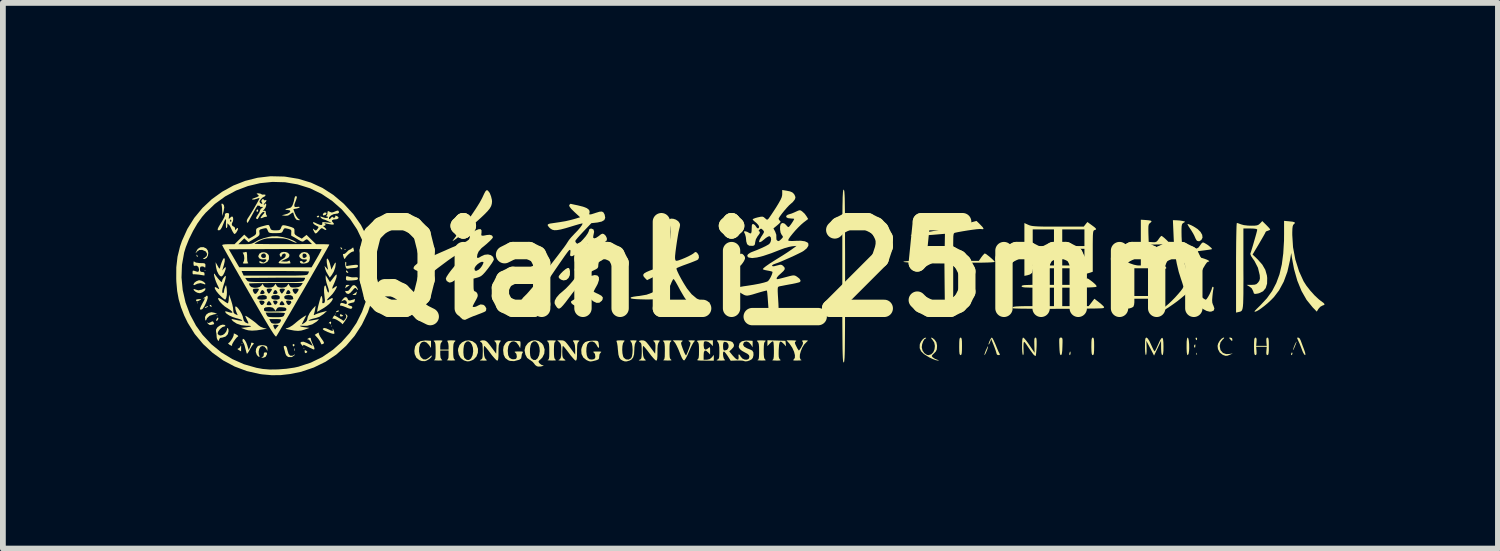
<source format=kicad_pcb>
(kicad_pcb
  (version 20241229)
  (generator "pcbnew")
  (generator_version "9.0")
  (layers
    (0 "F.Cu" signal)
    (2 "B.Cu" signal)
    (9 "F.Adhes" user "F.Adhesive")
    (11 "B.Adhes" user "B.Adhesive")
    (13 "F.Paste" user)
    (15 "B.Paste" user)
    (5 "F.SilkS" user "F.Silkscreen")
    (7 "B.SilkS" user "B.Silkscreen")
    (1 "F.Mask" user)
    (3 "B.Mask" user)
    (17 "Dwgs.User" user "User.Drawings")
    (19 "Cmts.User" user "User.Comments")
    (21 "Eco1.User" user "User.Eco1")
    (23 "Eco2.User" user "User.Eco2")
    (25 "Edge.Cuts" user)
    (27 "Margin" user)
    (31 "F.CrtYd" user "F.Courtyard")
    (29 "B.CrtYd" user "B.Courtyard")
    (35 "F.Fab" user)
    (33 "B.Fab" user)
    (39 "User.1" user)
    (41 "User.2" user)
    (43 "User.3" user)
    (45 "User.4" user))
  (footprint "QianLi_25mm"
    (layer "F.Cu")
    (at 10.503 1.608)
    (property "Reference" "QianLi_25mm" (at 0 0 0) (layer "F.SilkS") (effects (font (size 1.5 1.5) (thickness 0.3))))
    (attr board_only exclude_from_pos_files exclude_from_bom)
    (fp_poly (pts (xy -10.125 0.584) (xy -10.133 0.592) (xy -10.141 0.584) (xy -10.133 0.576)) (stroke (width 0) (type solid)) (fill yes) (layer "F.SilkS"))
    (fp_poly (pts (xy -9.997 0.024) (xy -10.005 0.032) (xy -10.013 0.024) (xy -10.005 0.016)) (stroke (width 0) (type solid)) (fill yes) (layer "F.SilkS"))
    (fp_poly (pts (xy -9.789 0.808) (xy -9.797 0.816) (xy -9.805 0.808) (xy -9.797 0.8)) (stroke (width 0) (type solid)) (fill yes) (layer "F.SilkS"))
    (fp_poly (pts (xy -9.357 1.288) (xy -9.365 1.296) (xy -9.373 1.288) (xy -9.365 1.28)) (stroke (width 0) (type solid)) (fill yes) (layer "F.SilkS"))
    (fp_poly (pts (xy -8.285 1.368) (xy -8.293 1.376) (xy -8.301 1.368) (xy -8.293 1.36)) (stroke (width 0) (type solid)) (fill yes) (layer "F.SilkS"))
    (fp_poly (pts (xy -7.806 0.984) (xy -7.814 0.992) (xy -7.822 0.984) (xy -7.814 0.976)) (stroke (width 0) (type solid)) (fill yes) (layer "F.SilkS"))
    (fp_poly (pts (xy -7.742 0.776) (xy -7.75 0.784) (xy -7.758 0.776) (xy -7.75 0.768)) (stroke (width 0) (type solid)) (fill yes) (layer "F.SilkS"))
    (fp_poly (pts (xy -8.451 1.372) (xy -8.449 1.404) (xy -8.451 1.412) (xy -8.457 1.414) (xy -8.459 1.392) (xy -8.456 1.369)) (stroke (width 0) (type solid)) (fill yes) (layer "F.SilkS"))
    (fp_poly (pts (xy -7.571 -0.347) (xy -7.573 -0.337) (xy -7.582 -0.336) (xy -7.595 -0.342) (xy -7.592 -0.347) (xy -7.573 -0.348)) (stroke (width 0) (type solid)) (fill yes) (layer "F.SilkS"))
    (fp_poly (pts (xy 7.161 1.453) (xy 7.163 1.478) (xy 7.159 1.483) (xy 7.152 1.478) (xy 7.151 1.462) (xy 7.155 1.445)) (stroke (width 0) (type solid)) (fill yes) (layer "F.SilkS"))
    (fp_poly (pts (xy -10.141 -0.244) (xy -10.135 -0.233) (xy -10.131 -0.21) (xy -10.142 -0.214) (xy -10.149 -0.225) (xy -10.154 -0.246) (xy -10.152 -0.25)) (stroke (width 0) (type solid)) (fill yes) (layer "F.SilkS"))
    (fp_poly (pts (xy -9.902 0.621) (xy -9.895 0.632) (xy -9.889 0.652) (xy -9.9 0.651) (xy -9.915 0.642) (xy -9.926 0.625) (xy -9.92 0.618)) (stroke (width 0) (type solid)) (fill yes) (layer "F.SilkS"))
    (fp_poly (pts (xy -9.775 0.859) (xy -9.787 0.884) (xy -9.805 0.896) (xy -9.814 0.886) (xy -9.804 0.862) (xy -9.788 0.84) (xy -9.778 0.838)) (stroke (width 0) (type solid)) (fill yes) (layer "F.SilkS"))
    (fp_poly (pts (xy -8.463 1.298) (xy -8.455 1.314) (xy -8.46 1.325) (xy -8.475 1.338) (xy -8.485 1.328) (xy -8.489 1.304) (xy -8.471 1.296)) (stroke (width 0) (type solid)) (fill yes) (layer "F.SilkS"))
    (fp_poly (pts (xy 7.164 1.203) (xy 7.162 1.218) (xy 7.154 1.23) (xy 7.143 1.218) (xy 7.137 1.194) (xy 7.14 1.188) (xy 7.156 1.185)) (stroke (width 0) (type solid)) (fill yes) (layer "F.SilkS"))
    (fp_poly (pts (xy -9.954 0.647) (xy -9.965 0.656) (xy -9.994 0.669) (xy -10.005 0.671) (xy -10.008 0.665) (xy -9.997 0.656) (xy -9.968 0.642) (xy -9.957 0.64)) (stroke (width 0) (type solid)) (fill yes) (layer "F.SilkS"))
    (fp_poly (pts (xy -9.087 -1.028) (xy -9.085 -1.017) (xy -9.093 -0.995) (xy -9.101 -0.992) (xy -9.117 -1.003) (xy -9.117 -1.007) (xy -9.106 -1.028) (xy -9.101 -1.032)) (stroke (width 0) (type solid)) (fill yes) (layer "F.SilkS"))
    (fp_poly (pts (xy -8.262 1.406) (xy -8.253 1.412) (xy -8.234 1.43) (xy -8.242 1.443) (xy -8.268 1.454) (xy -8.279 1.44) (xy -8.281 1.424) (xy -8.279 1.403)) (stroke (width 0) (type solid)) (fill yes) (layer "F.SilkS"))
    (fp_poly (pts (xy -8.03 -0.916) (xy -8.029 -0.912) (xy -8.042 -0.898) (xy -8.054 -0.896) (xy -8.071 -0.903) (xy -8.069 -0.912) (xy -8.049 -0.927) (xy -8.045 -0.928)) (stroke (width 0) (type solid)) (fill yes) (layer "F.SilkS"))
    (fp_poly (pts (xy -7.687 0.717) (xy -7.692 0.732) (xy -7.71 0.74) (xy -7.735 0.745) (xy -7.742 0.744) (xy -7.73 0.728) (xy -7.707 0.716) (xy -7.689 0.716)) (stroke (width 0) (type solid)) (fill yes) (layer "F.SilkS"))
    (fp_poly (pts (xy -7.643 -0.371) (xy -7.63 -0.351) (xy -7.632 -0.344) (xy -7.649 -0.345) (xy -7.651 -0.347) (xy -7.661 -0.371) (xy -7.662 -0.374) (xy -7.653 -0.38)) (stroke (width 0) (type solid)) (fill yes) (layer "F.SilkS"))
    (fp_poly (pts (xy -7.553 0.024) (xy -7.53 0.049) (xy -7.527 0.052) (xy -7.527 0.062) (xy -7.539 0.064) (xy -7.561 0.051) (xy -7.565 0.036) (xy -7.56 0.02)) (stroke (width 0) (type solid)) (fill yes) (layer "F.SilkS"))
    (fp_poly (pts (xy 4.973 1.437) (xy 4.974 1.456) (xy 4.968 1.482) (xy 4.96 1.488) (xy 4.952 1.475) (xy 4.954 1.456) (xy 4.963 1.43) (xy 4.968 1.424)) (stroke (width 0) (type solid)) (fill yes) (layer "F.SilkS"))
    (fp_poly (pts (xy 7.133 1.317) (xy 7.134 1.324) (xy 7.13 1.355) (xy 7.119 1.356) (xy 7.112 1.347) (xy 7.112 1.324) (xy 7.119 1.311) (xy 7.13 1.299)) (stroke (width 0) (type solid)) (fill yes) (layer "F.SilkS"))
    (fp_poly (pts (xy 8.813 1.453) (xy 8.813 1.464) (xy 8.805 1.485) (xy 8.798 1.488) (xy 8.789 1.476) (xy 8.791 1.464) (xy 8.803 1.442) (xy 8.807 1.44)) (stroke (width 0) (type solid)) (fill yes) (layer "F.SilkS"))
    (fp_poly (pts (xy -7.908 -0.978) (xy -7.902 -0.961) (xy -7.917 -0.942) (xy -7.927 -0.937) (xy -7.955 -0.929) (xy -7.965 -0.937) (xy -7.965 -0.95) (xy -7.952 -0.971) (xy -7.934 -0.98)) (stroke (width 0) (type solid)) (fill yes) (layer "F.SilkS"))
    (fp_poly (pts (xy -7.822 0.917) (xy -7.827 0.948) (xy -7.834 0.959) (xy -7.836 0.947) (xy -7.847 0.934) (xy -7.858 0.938) (xy -7.866 0.938) (xy -7.854 0.921) (xy -7.833 0.906)) (stroke (width 0) (type solid)) (fill yes) (layer "F.SilkS"))
    (fp_poly (pts (xy -7.643 0.785) (xy -7.642 0.786) (xy -7.619 0.8) (xy -7.614 0.806) (xy -7.627 0.815) (xy -7.642 0.819) (xy -7.666 0.816) (xy -7.671 0.799) (xy -7.665 0.779)) (stroke (width 0) (type solid)) (fill yes) (layer "F.SilkS"))
    (fp_poly (pts (xy 7.768 1.195) (xy 7.774 1.216) (xy 7.772 1.24) (xy 7.764 1.242) (xy 7.743 1.22) (xy 7.738 1.214) (xy 7.719 1.192) (xy 7.724 1.184) (xy 7.742 1.184)) (stroke (width 0) (type solid)) (fill yes) (layer "F.SilkS"))
    (fp_poly (pts (xy -10.071 0.523) (xy -10.091 0.535) (xy -10.096 0.538) (xy -10.132 0.556) (xy -10.151 0.556) (xy -10.161 0.54) (xy -10.154 0.525) (xy -10.116 0.519) (xy -10.113 0.519) (xy -10.078 0.519)) (stroke (width 0) (type solid)) (fill yes) (layer "F.SilkS"))
    (fp_poly (pts (xy -7.504 0.274) (xy -7.509 0.281) (xy -7.526 0.291) (xy -7.557 0.313) (xy -7.571 0.327) (xy -7.578 0.33) (xy -7.575 0.315) (xy -7.567 0.287) (xy -7.566 0.279) (xy -7.552 0.274) (xy -7.53 0.272)) (stroke (width 0) (type solid)) (fill yes) (layer "F.SilkS"))
    (fp_poly (pts (xy -7.38 0.405) (xy -7.388 0.433) (xy -7.39 0.441) (xy -7.403 0.446) (xy -7.426 0.447) (xy -7.451 0.446) (xy -7.446 0.438) (xy -7.43 0.429) (xy -7.398 0.407) (xy -7.384 0.393) (xy -7.377 0.39)) (stroke (width 0) (type solid)) (fill yes) (layer "F.SilkS"))
    (fp_poly (pts (xy -9.686 -1.118) (xy -9.678 -1.106) (xy -9.672 -1.067) (xy -9.683 -1.004) (xy -9.684 -0.998) (xy -9.706 -0.92) (xy -9.708 -1.002) (xy -9.71 -1.055) (xy -9.715 -1.097) (xy -9.719 -1.11) (xy -9.72 -1.132) (xy -9.705 -1.134)) (stroke (width 0) (type solid)) (fill yes) (layer "F.SilkS"))
    (fp_poly (pts (xy 3.545 1.351) (xy 3.534 1.386) (xy 3.518 1.427) (xy 3.501 1.464) (xy 3.488 1.486) (xy 3.485 1.488) (xy 3.484 1.474) (xy 3.495 1.44) (xy 3.507 1.408) (xy 3.527 1.365) (xy 3.541 1.338) (xy 3.546 1.333)) (stroke (width 0) (type solid)) (fill yes) (layer "F.SilkS"))
    (fp_poly (pts (xy 8.883 1.264) (xy 8.869 1.304) (xy 8.849 1.354) (xy 8.843 1.368) (xy 8.828 1.397) (xy 8.822 1.402) (xy 8.824 1.392) (xy 8.837 1.351) (xy 8.857 1.301) (xy 8.864 1.288) (xy 8.879 1.258) (xy 8.885 1.254)) (stroke (width 0) (type solid)) (fill yes) (layer "F.SilkS"))
    (fp_poly (pts (xy -9.844 0.754) (xy -9.797 0.773) (xy -9.856 0.784) (xy -9.926 0.807) (xy -9.97 0.848) (xy -9.98 0.87) (xy -9.99 0.891) (xy -9.998 0.882) (xy -10.002 0.874) (xy -10.005 0.828) (xy -9.984 0.787) (xy -9.945 0.758) (xy -9.895 0.745)) (stroke (width 0) (type solid)) (fill yes) (layer "F.SilkS"))
    (fp_poly (pts (xy -9.38 1.328) (xy -9.38 1.363) (xy -9.38 1.364) (xy -9.381 1.402) (xy -9.381 1.422) (xy -9.381 1.423) (xy -9.393 1.416) (xy -9.421 1.4) (xy -9.444 1.383) (xy -9.437 1.376) (xy -9.435 1.376) (xy -9.41 1.363) (xy -9.394 1.34) (xy -9.384 1.321)) (stroke (width 0) (type solid)) (fill yes) (layer "F.SilkS"))
    (fp_poly (pts (xy -8.933 1.445) (xy -8.932 1.468) (xy -8.934 1.476) (xy -8.958 1.518) (xy -8.997 1.533) (xy -9.013 1.533) (xy -9.034 1.531) (xy -9.023 1.526) (xy -9.017 1.524) (xy -8.992 1.503) (xy -8.986 1.461) (xy -8.987 1.452) (xy -8.975 1.442) (xy -8.956 1.44)) (stroke (width 0) (type solid)) (fill yes) (layer "F.SilkS"))
    (fp_poly (pts (xy -9.864 0.909) (xy -9.855 0.924) (xy -9.847 0.949) (xy -9.858 0.955) (xy -9.889 0.962) (xy -9.902 0.966) (xy -9.932 0.963) (xy -9.957 0.94) (xy -9.972 0.921) (xy -9.968 0.921) (xy -9.966 0.923) (xy -9.943 0.933) (xy -9.912 0.92) (xy -9.908 0.918) (xy -9.88 0.903)) (stroke (width 0) (type solid)) (fill yes) (layer "F.SilkS"))
    (fp_poly (pts (xy -10.063 0.201) (xy -10.032 0.217) (xy -10.005 0.241) (xy -9.997 0.259) (xy -10.008 0.264) (xy -10.028 0.256) (xy -10.082 0.241) (xy -10.14 0.253) (xy -10.161 0.263) (xy -10.192 0.277) (xy -10.203 0.274) (xy -10.205 0.264) (xy -10.191 0.237) (xy -10.158 0.211) (xy -10.118 0.194) (xy -10.101 0.192)) (stroke (width 0) (type solid)) (fill yes) (layer "F.SilkS"))
    (fp_poly (pts (xy -9.998 0.334) (xy -9.997 0.344) (xy -10.01 0.371) (xy -10.043 0.397) (xy -10.083 0.414) (xy -10.101 0.416) (xy -10.139 0.407) (xy -10.169 0.391) (xy -10.196 0.367) (xy -10.205 0.349) (xy -10.193 0.344) (xy -10.174 0.351) (xy -10.12 0.367) (xy -10.062 0.355) (xy -10.041 0.345) (xy -10.01 0.331)) (stroke (width 0) (type solid)) (fill yes) (layer "F.SilkS"))
    (fp_poly (pts (xy -0.706 -0.264) (xy -0.682 -0.243) (xy -0.661 -0.211) (xy -0.66 -0.179) (xy -0.679 -0.138) (xy -0.698 -0.109) (xy -0.729 -0.069) (xy -0.755 -0.052) (xy -0.787 -0.055) (xy -0.812 -0.064) (xy -0.839 -0.082) (xy -0.845 -0.108) (xy -0.83 -0.148) (xy -0.799 -0.199) (xy -0.762 -0.247) (xy -0.733 -0.268)) (stroke (width 0) (type solid)) (fill yes) (layer "F.SilkS"))
    (fp_poly (pts (xy 7.012 1.199) (xy 7.021 1.239) (xy 7.026 1.298) (xy 7.027 1.37) (xy 7.025 1.412) (xy 7.018 1.46) (xy 7.006 1.485) (xy 7.001 1.488) (xy 6.991 1.476) (xy 6.985 1.438) (xy 6.982 1.373) (xy 6.982 1.336) (xy 6.983 1.255) (xy 6.989 1.206) (xy 6.997 1.185) (xy 7 1.184)) (stroke (width 0) (type solid)) (fill yes) (layer "F.SilkS"))
    (fp_poly (pts (xy -7.517 0.13) (xy -7.466 0.141) (xy -7.413 0.141) (xy -7.375 0.14) (xy -7.359 0.15) (xy -7.358 0.162) (xy -7.363 0.177) (xy -7.384 0.187) (xy -7.427 0.192) (xy -7.462 0.195) (xy -7.518 0.197) (xy -7.549 0.195) (xy -7.562 0.186) (xy -7.566 0.168) (xy -7.566 0.157) (xy -7.563 0.128) (xy -7.55 0.121)) (stroke (width 0) (type solid)) (fill yes) (layer "F.SilkS"))
    (fp_poly (pts (xy -3.698 -0.004) (xy -3.689 0.037) (xy -3.689 0.038) (xy -3.691 0.103) (xy -3.714 0.153) (xy -3.752 0.186) (xy -3.801 0.195) (xy -3.843 0.182) (xy -3.874 0.159) (xy -3.887 0.135) (xy -3.875 0.109) (xy -3.846 0.073) (xy -3.807 0.034) (xy -3.767 0.001) (xy -3.735 -0.018) (xy -3.731 -0.019) (xy -3.71 -0.021)) (stroke (width 0) (type solid)) (fill yes) (layer "F.SilkS"))
    (fp_poly (pts (xy -8.036 1.101) (xy -8.037 1.102) (xy -8.034 1.124) (xy -8.016 1.162) (xy -7.991 1.2) (xy -7.96 1.244) (xy -7.947 1.269) (xy -7.949 1.284) (xy -7.964 1.295) (xy -7.964 1.295) (xy -7.989 1.302) (xy -8.001 1.282) (xy -8.003 1.275) (xy -8.02 1.241) (xy -8.049 1.2) (xy -8.059 1.188) (xy -8.106 1.137) (xy -8.066 1.111) (xy -8.041 1.098)) (stroke (width 0) (type solid)) (fill yes) (layer "F.SilkS"))
    (fp_poly (pts (xy -8.602 1.336) (xy -8.587 1.366) (xy -8.579 1.402) (xy -8.56 1.464) (xy -8.532 1.497) (xy -8.494 1.499) (xy -8.473 1.489) (xy -8.449 1.475) (xy -8.448 1.479) (xy -8.458 1.491) (xy -8.501 1.521) (xy -8.555 1.522) (xy -8.569 1.518) (xy -8.6 1.492) (xy -8.614 1.46) (xy -8.627 1.409) (xy -8.638 1.372) (xy -8.644 1.34) (xy -8.634 1.329) (xy -8.622 1.328)) (stroke (width 0) (type solid)) (fill yes) (layer "F.SilkS"))
    (fp_poly (pts (xy 3.082 1.189) (xy 3.09 1.209) (xy 3.094 1.249) (xy 3.095 1.314) (xy 3.095 1.336) (xy 3.094 1.408) (xy 3.091 1.454) (xy 3.085 1.478) (xy 3.075 1.487) (xy 3.071 1.488) (xy 3.06 1.482) (xy 3.052 1.462) (xy 3.048 1.422) (xy 3.047 1.358) (xy 3.047 1.336) (xy 3.048 1.263) (xy 3.051 1.217) (xy 3.057 1.193) (xy 3.068 1.184) (xy 3.071 1.184)) (stroke (width 0) (type solid)) (fill yes) (layer "F.SilkS"))
    (fp_poly (pts (xy 4.821 1.186) (xy 4.83 1.196) (xy 4.835 1.22) (xy 4.835 1.264) (xy 4.833 1.334) (xy 4.833 1.336) (xy 4.83 1.41) (xy 4.824 1.458) (xy 4.816 1.482) (xy 4.806 1.488) (xy 4.795 1.479) (xy 4.788 1.452) (xy 4.783 1.4) (xy 4.78 1.336) (xy 4.778 1.265) (xy 4.778 1.22) (xy 4.783 1.196) (xy 4.792 1.186) (xy 4.806 1.184) (xy 4.806 1.184)) (stroke (width 0) (type solid)) (fill yes) (layer "F.SilkS"))
    (fp_poly (pts (xy 5.37 1.189) (xy 5.377 1.209) (xy 5.381 1.249) (xy 5.382 1.314) (xy 5.382 1.336) (xy 5.381 1.408) (xy 5.378 1.454) (xy 5.372 1.478) (xy 5.362 1.487) (xy 5.358 1.488) (xy 5.347 1.482) (xy 5.34 1.462) (xy 5.336 1.422) (xy 5.334 1.358) (xy 5.334 1.336) (xy 5.335 1.263) (xy 5.338 1.217) (xy 5.345 1.193) (xy 5.355 1.184) (xy 5.358 1.184)) (stroke (width 0) (type solid)) (fill yes) (layer "F.SilkS"))
    (fp_poly (pts (xy 7.015 -0.779) (xy 7.052 -0.764) (xy 7.097 -0.742) (xy 7.17 -0.696) (xy 7.222 -0.646) (xy 7.252 -0.594) (xy 7.258 -0.545) (xy 7.237 -0.505) (xy 7.199 -0.482) (xy 7.166 -0.489) (xy 7.154 -0.5) (xy 7.138 -0.528) (xy 7.12 -0.569) (xy 7.119 -0.572) (xy 7.097 -0.615) (xy 7.065 -0.668) (xy 7.044 -0.699) (xy 7.017 -0.74) (xy 7 -0.771) (xy 6.998 -0.782)) (stroke (width 0) (type solid)) (fill yes) (layer "F.SilkS"))
    (fp_poly (pts (xy 8.937 1.197) (xy 8.954 1.228) (xy 8.968 1.265) (xy 8.988 1.32) (xy 9.011 1.38) (xy 9.032 1.441) (xy 9.039 1.476) (xy 9.032 1.488) (xy 9.032 1.488) (xy 9.016 1.474) (xy 8.996 1.438) (xy 8.982 1.404) (xy 8.959 1.342) (xy 8.934 1.28) (xy 8.923 1.257) (xy 8.903 1.213) (xy 8.895 1.192) (xy 8.9 1.184) (xy 8.915 1.184) (xy 8.916 1.184)) (stroke (width 0) (type solid)) (fill yes) (layer "F.SilkS"))
    (fp_poly (pts (xy -7.904 1.026) (xy -7.873 1.04) (xy -7.825 1.062) (xy -7.8 1.069) (xy -7.792 1.061) (xy -7.796 1.038) (xy -7.796 1.036) (xy -7.797 1.025) (xy -7.787 1.041) (xy -7.78 1.054) (xy -7.767 1.092) (xy -7.767 1.117) (xy -7.769 1.119) (xy -7.789 1.119) (xy -7.829 1.108) (xy -7.881 1.088) (xy -7.882 1.088) (xy -7.935 1.063) (xy -7.962 1.046) (xy -7.967 1.033) (xy -7.961 1.026) (xy -7.938 1.018)) (stroke (width 0) (type solid)) (fill yes) (layer "F.SilkS"))
    (fp_poly (pts (xy -7.394 0.294) (xy -7.383 0.307) (xy -7.364 0.339) (xy -7.358 0.359) (xy -7.365 0.36) (xy -7.382 0.343) (xy -7.397 0.326) (xy -7.412 0.326) (xy -7.433 0.345) (xy -7.455 0.372) (xy -7.495 0.414) (xy -7.525 0.43) (xy -7.552 0.422) (xy -7.562 0.413) (xy -7.58 0.387) (xy -7.572 0.376) (xy -7.552 0.379) (xy -7.525 0.374) (xy -7.497 0.344) (xy -7.489 0.329) (xy -7.455 0.286) (xy -7.424 0.274)) (stroke (width 0) (type solid)) (fill yes) (layer "F.SilkS"))
    (fp_poly (pts (xy -9.958 0.475) (xy -9.959 0.502) (xy -9.973 0.547) (xy -9.995 0.599) (xy -10.02 0.648) (xy -10.044 0.683) (xy -10.053 0.692) (xy -10.08 0.703) (xy -10.093 0.69) (xy -10.093 0.686) (xy -10.085 0.663) (xy -10.066 0.623) (xy -10.044 0.582) (xy -10.018 0.535) (xy -10.009 0.511) (xy -10.014 0.503) (xy -10.024 0.505) (xy -10.041 0.509) (xy -10.031 0.501) (xy -10.021 0.494) (xy -9.991 0.473) (xy -9.979 0.46) (xy -9.967 0.46)) (stroke (width 0) (type solid)) (fill yes) (layer "F.SilkS"))
    (fp_poly (pts (xy -9.281 -0.283) (xy -9.277 -0.245) (xy -9.277 -0.211) (xy -9.274 -0.148) (xy -9.264 -0.113) (xy -9.257 -0.107) (xy -9.258 -0.101) (xy -9.285 -0.098) (xy -9.3 -0.097) (xy -9.339 -0.098) (xy -9.351 -0.105) (xy -9.344 -0.115) (xy -9.331 -0.143) (xy -9.325 -0.186) (xy -9.325 -0.192) (xy -9.33 -0.236) (xy -9.342 -0.267) (xy -9.344 -0.269) (xy -9.354 -0.285) (xy -9.346 -0.288) (xy -9.315 -0.293) (xy -9.302 -0.298) (xy -9.288 -0.298)) (stroke (width 0) (type solid)) (fill yes) (layer "F.SilkS"))
    (fp_poly (pts (xy -8.986 1.318) (xy -8.982 1.318) (xy -8.944 1.329) (xy -8.928 1.348) (xy -8.925 1.372) (xy -8.926 1.416) (xy -8.946 1.376) (xy -8.976 1.34) (xy -9.014 1.33) (xy -9.044 1.343) (xy -9.066 1.377) (xy -9.077 1.426) (xy -9.074 1.474) (xy -9.068 1.489) (xy -9.06 1.514) (xy -9.069 1.519) (xy -9.089 1.506) (xy -9.11 1.48) (xy -9.127 1.431) (xy -9.122 1.38) (xy -9.097 1.338) (xy -9.077 1.325) (xy -9.036 1.316)) (stroke (width 0) (type solid)) (fill yes) (layer "F.SilkS"))
    (fp_poly (pts (xy -7.56 -0.115) (xy -7.562 -0.088) (xy -7.563 -0.059) (xy -7.548 -0.054) (xy -7.548 -0.054) (xy -7.52 -0.06) (xy -7.473 -0.067) (xy -7.442 -0.071) (xy -7.393 -0.076) (xy -7.367 -0.073) (xy -7.358 -0.061) (xy -7.358 -0.053) (xy -7.364 -0.034) (xy -7.389 -0.024) (xy -7.434 -0.019) (xy -7.485 -0.015) (xy -7.525 -0.009) (xy -7.536 -0.007) (xy -7.56 -0.013) (xy -7.571 -0.036) (xy -7.58 -0.085) (xy -7.578 -0.118) (xy -7.568 -0.128)) (stroke (width 0) (type solid)) (fill yes) (layer "F.SilkS"))
    (fp_poly (pts (xy -9.984 -0.359) (xy -9.958 -0.325) (xy -9.948 -0.28) (xy -9.955 -0.234) (xy -9.975 -0.196) (xy -10.008 -0.177) (xy -10.017 -0.176) (xy -10.041 -0.177) (xy -10.037 -0.184) (xy -10.013 -0.197) (xy -9.977 -0.228) (xy -9.969 -0.265) (xy -9.989 -0.302) (xy -9.999 -0.31) (xy -10.053 -0.333) (xy -10.104 -0.331) (xy -10.144 -0.304) (xy -10.147 -0.3) (xy -10.164 -0.277) (xy -10.166 -0.281) (xy -10.162 -0.296) (xy -10.131 -0.35) (xy -10.086 -0.379) (xy -10.032 -0.381)) (stroke (width 0) (type solid)) (fill yes) (layer "F.SilkS"))
    (fp_poly (pts (xy -9.49 1.117) (xy -9.465 1.13) (xy -9.436 1.149) (xy -9.43 1.162) (xy -9.433 1.164) (xy -9.454 1.18) (xy -9.481 1.212) (xy -9.508 1.251) (xy -9.529 1.287) (xy -9.539 1.312) (xy -9.538 1.318) (xy -9.534 1.327) (xy -9.548 1.325) (xy -9.573 1.313) (xy -9.588 1.303) (xy -9.605 1.286) (xy -9.602 1.28) (xy -9.582 1.267) (xy -9.556 1.234) (xy -9.53 1.194) (xy -9.512 1.154) (xy -9.507 1.128) (xy -9.507 1.126) (xy -9.508 1.114)) (stroke (width 0) (type solid)) (fill yes) (layer "F.SilkS"))
    (fp_poly (pts (xy 7.634 1.19) (xy 7.615 1.211) (xy 7.608 1.216) (xy 7.569 1.266) (xy 7.555 1.328) (xy 7.567 1.393) (xy 7.572 1.405) (xy 7.611 1.45) (xy 7.667 1.47) (xy 7.73 1.467) (xy 7.782 1.458) (xy 7.734 1.48) (xy 7.691 1.497) (xy 7.658 1.5) (xy 7.62 1.488) (xy 7.605 1.481) (xy 7.556 1.443) (xy 7.525 1.384) (xy 7.518 1.328) (xy 7.528 1.287) (xy 7.553 1.242) (xy 7.585 1.205) (xy 7.617 1.185) (xy 7.625 1.184)) (stroke (width 0) (type solid)) (fill yes) (layer "F.SilkS"))
    (fp_poly (pts (xy -7.438 -0.37) (xy -7.432 -0.342) (xy -7.428 -0.329) (xy -7.429 -0.308) (xy -7.449 -0.304) (xy -7.477 -0.292) (xy -7.515 -0.264) (xy -7.552 -0.227) (xy -7.578 -0.191) (xy -7.584 -0.178) (xy -7.592 -0.177) (xy -7.604 -0.201) (xy -7.608 -0.213) (xy -7.618 -0.25) (xy -7.615 -0.263) (xy -7.606 -0.262) (xy -7.583 -0.268) (xy -7.555 -0.293) (xy -7.553 -0.295) (xy -7.526 -0.323) (xy -7.505 -0.336) (xy -7.504 -0.336) (xy -7.481 -0.346) (xy -7.463 -0.361) (xy -7.444 -0.375)) (stroke (width 0) (type solid)) (fill yes) (layer "F.SilkS"))
    (fp_poly (pts (xy 3.624 1.197) (xy 3.644 1.235) (xy 3.668 1.288) (xy 3.68 1.316) (xy 3.705 1.377) (xy 3.727 1.429) (xy 3.744 1.461) (xy 3.747 1.468) (xy 3.751 1.483) (xy 3.729 1.488) (xy 3.702 1.48) (xy 3.695 1.467) (xy 3.689 1.444) (xy 3.675 1.399) (xy 3.654 1.342) (xy 3.648 1.327) (xy 3.601 1.208) (xy 3.582 1.26) (xy 3.568 1.293) (xy 3.557 1.307) (xy 3.556 1.306) (xy 3.556 1.287) (xy 3.568 1.254) (xy 3.585 1.217) (xy 3.603 1.19) (xy 3.612 1.184)) (stroke (width 0) (type solid)) (fill yes) (layer "F.SilkS"))
    (fp_poly (pts (xy -9.663 -0.178) (xy -9.664 -0.136) (xy -9.68 -0.067) (xy -9.684 -0.055) (xy -9.707 0.024) (xy -9.676 -0.014) (xy -9.654 -0.034) (xy -9.645 -0.028) (xy -9.649 0.002) (xy -9.666 0.052) (xy -9.666 0.052) (xy -9.693 0.105) (xy -9.718 0.127) (xy -9.744 0.119) (xy -9.771 0.087) (xy -9.799 0.029) (xy -9.815 -0.039) (xy -9.816 -0.044) (xy -9.822 -0.12) (xy -9.786 -0.056) (xy -9.764 -0.019) (xy -9.752 -0.009) (xy -9.745 -0.022) (xy -9.745 -0.024) (xy -9.734 -0.069) (xy -9.717 -0.118) (xy -9.699 -0.16) (xy -9.682 -0.187) (xy -9.676 -0.192)) (stroke (width 0) (type solid)) (fill yes) (layer "F.SilkS"))
    (fp_poly (pts (xy -9.336 1.208) (xy -9.315 1.23) (xy -9.293 1.268) (xy -9.275 1.314) (xy -9.249 1.4) (xy -9.225 1.344) (xy -9.21 1.305) (xy -9.206 1.28) (xy -9.207 1.277) (xy -9.199 1.272) (xy -9.181 1.275) (xy -9.159 1.284) (xy -9.167 1.298) (xy -9.171 1.302) (xy -9.191 1.326) (xy -9.217 1.368) (xy -9.233 1.398) (xy -9.256 1.438) (xy -9.273 1.461) (xy -9.281 1.462) (xy -9.289 1.439) (xy -9.3 1.396) (xy -9.309 1.364) (xy -9.322 1.315) (xy -9.336 1.281) (xy -9.343 1.271) (xy -9.355 1.249) (xy -9.357 1.23) (xy -9.351 1.207)) (stroke (width 0) (type solid)) (fill yes) (layer "F.SilkS"))
    (fp_poly (pts (xy -7.88 -0.178) (xy -7.863 -0.149) (xy -7.845 -0.101) (xy -7.829 -0.04) (xy -7.819 0.008) (xy -7.781 -0.064) (xy -7.759 -0.103) (xy -7.747 -0.116) (xy -7.743 -0.105) (xy -7.742 -0.098) (xy -7.751 -0.031) (xy -7.776 0.041) (xy -7.81 0.1) (xy -7.812 0.103) (xy -7.846 0.145) (xy -7.88 0.092) (xy -7.907 0.044) (xy -7.925 -0.004) (xy -7.926 -0.008) (xy -7.936 -0.056) (xy -7.901 -0.016) (xy -7.879 0.008) (xy -7.874 0.007) (xy -7.878 -0.008) (xy -7.886 -0.043) (xy -7.895 -0.094) (xy -7.898 -0.118) (xy -7.899 -0.165) (xy -7.893 -0.184)) (stroke (width 0) (type solid)) (fill yes) (layer "F.SilkS"))
    (fp_poly (pts (xy -7.572 0.773) (xy -7.557 0.787) (xy -7.542 0.804) (xy -7.54 0.821) (xy -7.552 0.849) (xy -7.579 0.891) (xy -7.606 0.929) (xy -7.624 0.951) (xy -7.629 0.952) (xy -7.643 0.933) (xy -7.675 0.908) (xy -7.716 0.882) (xy -7.756 0.863) (xy -7.785 0.855) (xy -7.791 0.856) (xy -7.801 0.858) (xy -7.792 0.837) (xy -7.791 0.834) (xy -7.774 0.808) (xy -7.765 0.8) (xy -7.748 0.808) (xy -7.714 0.828) (xy -7.682 0.848) (xy -7.606 0.895) (xy -7.578 0.862) (xy -7.56 0.83) (xy -7.566 0.798) (xy -7.568 0.794) (xy -7.579 0.771)) (stroke (width 0) (type solid)) (fill yes) (layer "F.SilkS"))
    (fp_poly (pts (xy -8.175 1.195) (xy -8.173 1.208) (xy -8.166 1.237) (xy -8.149 1.28) (xy -8.141 1.296) (xy -8.116 1.351) (xy -8.11 1.383) (xy -8.121 1.391) (xy -8.141 1.384) (xy -8.18 1.365) (xy -8.225 1.343) (xy -8.274 1.319) (xy -8.3 1.309) (xy -8.308 1.314) (xy -8.306 1.324) (xy -8.307 1.334) (xy -8.323 1.319) (xy -8.33 1.312) (xy -8.351 1.284) (xy -8.352 1.269) (xy -8.335 1.258) (xy -8.301 1.256) (xy -8.248 1.275) (xy -8.224 1.286) (xy -8.142 1.328) (xy -8.169 1.272) (xy -8.192 1.236) (xy -8.215 1.216) (xy -8.22 1.215) (xy -8.237 1.213) (xy -8.225 1.202) (xy -8.221 1.2) (xy -8.189 1.185)) (stroke (width 0) (type solid)) (fill yes) (layer "F.SilkS"))
    (fp_poly (pts (xy -6.17 1.235) (xy -6.094 1.24) (xy -6.094 1.302) (xy -6.094 1.364) (xy -6.131 1.31) (xy -6.171 1.269) (xy -6.214 1.253) (xy -6.254 1.264) (xy -6.281 1.296) (xy -6.299 1.355) (xy -6.301 1.424) (xy -6.288 1.488) (xy -6.269 1.525) (xy -6.228 1.56) (xy -6.183 1.563) (xy -6.134 1.534) (xy -6.123 1.525) (xy -6.095 1.501) (xy -6.079 1.495) (xy -6.078 1.498) (xy -6.091 1.525) (xy -6.124 1.555) (xy -6.166 1.58) (xy -6.199 1.592) (xy -6.252 1.59) (xy -6.296 1.575) (xy -6.348 1.532) (xy -6.376 1.47) (xy -6.382 1.414) (xy -6.37 1.337) (xy -6.334 1.281) (xy -6.275 1.246) (xy -6.194 1.234)) (stroke (width 0) (type solid)) (fill yes) (layer "F.SilkS"))
    (fp_poly (pts (xy -5.119 -1.365) (xy -5.107 -1.357) (xy -5.078 -1.319) (xy -5.055 -1.261) (xy -5.04 -1.198) (xy -5.038 -1.169) (xy -5.042 -1.13) (xy -5.053 -1.093) (xy -5.075 -1.053) (xy -5.112 -1.007) (xy -5.165 -0.952) (xy -5.238 -0.883) (xy -5.326 -0.804) (xy -5.411 -0.73) (xy -5.492 -0.662) (xy -5.564 -0.601) (xy -5.626 -0.552) (xy -5.675 -0.515) (xy -5.708 -0.493) (xy -5.721 -0.488) (xy -5.717 -0.496) (xy -5.701 -0.517) (xy -5.67 -0.558) (xy -5.628 -0.614) (xy -5.58 -0.677) (xy -5.572 -0.688) (xy -5.476 -0.816) (xy -5.39 -0.939) (xy -5.315 -1.051) (xy -5.254 -1.148) (xy -5.211 -1.227) (xy -5.202 -1.246) (xy -5.172 -1.31) (xy -5.151 -1.348) (xy -5.134 -1.365)) (stroke (width 0) (type solid)) (fill yes) (layer "F.SilkS"))
    (fp_poly (pts (xy -3.955 1.234) (xy -3.932 1.238) (xy -3.934 1.246) (xy -3.939 1.249) (xy -3.953 1.262) (xy -3.961 1.286) (xy -3.965 1.328) (xy -3.967 1.394) (xy -3.967 1.408) (xy -3.966 1.478) (xy -3.962 1.524) (xy -3.954 1.55) (xy -3.941 1.565) (xy -3.939 1.566) (xy -3.931 1.575) (xy -3.947 1.58) (xy -3.992 1.581) (xy -4.007 1.581) (xy -4.052 1.579) (xy -4.076 1.576) (xy -4.075 1.572) (xy -4.061 1.565) (xy -4.053 1.546) (xy -4.048 1.511) (xy -4.047 1.452) (xy -4.047 1.42) (xy -4.048 1.348) (xy -4.052 1.301) (xy -4.06 1.272) (xy -4.073 1.255) (xy -4.075 1.254) (xy -4.086 1.242) (xy -4.079 1.236) (xy -4.047 1.233) (xy -4.007 1.233)) (stroke (width 0) (type solid)) (fill yes) (layer "F.SilkS"))
    (fp_poly (pts (xy -1.956 1.234) (xy -1.933 1.238) (xy -1.935 1.246) (xy -1.939 1.249) (xy -1.953 1.262) (xy -1.962 1.286) (xy -1.966 1.328) (xy -1.967 1.394) (xy -1.967 1.408) (xy -1.966 1.478) (xy -1.963 1.524) (xy -1.955 1.55) (xy -1.942 1.565) (xy -1.939 1.566) (xy -1.931 1.575) (xy -1.948 1.58) (xy -1.992 1.581) (xy -2.007 1.581) (xy -2.053 1.579) (xy -2.077 1.576) (xy -2.075 1.572) (xy -2.062 1.565) (xy -2.054 1.547) (xy -2.049 1.512) (xy -2.048 1.454) (xy -2.047 1.415) (xy -2.048 1.343) (xy -2.052 1.296) (xy -2.059 1.268) (xy -2.07 1.252) (xy -2.075 1.249) (xy -2.084 1.24) (xy -2.068 1.235) (xy -2.024 1.233) (xy -2.007 1.233)) (stroke (width 0) (type solid)) (fill yes) (layer "F.SilkS"))
    (fp_poly (pts (xy -0.324 1.234) (xy -0.301 1.238) (xy -0.304 1.246) (xy -0.308 1.249) (xy -0.322 1.262) (xy -0.33 1.286) (xy -0.334 1.328) (xy -0.336 1.394) (xy -0.336 1.408) (xy -0.335 1.478) (xy -0.331 1.524) (xy -0.323 1.55) (xy -0.311 1.565) (xy -0.308 1.566) (xy -0.3 1.575) (xy -0.316 1.58) (xy -0.361 1.581) (xy -0.376 1.581) (xy -0.421 1.579) (xy -0.445 1.576) (xy -0.444 1.572) (xy -0.43 1.565) (xy -0.422 1.546) (xy -0.418 1.511) (xy -0.416 1.452) (xy -0.416 1.42) (xy -0.417 1.348) (xy -0.421 1.301) (xy -0.429 1.272) (xy -0.442 1.255) (xy -0.444 1.254) (xy -0.455 1.242) (xy -0.448 1.236) (xy -0.417 1.233) (xy -0.376 1.233)) (stroke (width 0) (type solid)) (fill yes) (layer "F.SilkS"))
    (fp_poly (pts (xy -0.116 1.235) (xy 0.04 1.24) (xy 0.045 1.288) (xy 0.05 1.336) (xy 0.008 1.291) (xy -0.025 1.261) (xy -0.047 1.253) (xy -0.062 1.27) (xy -0.071 1.314) (xy -0.076 1.387) (xy -0.077 1.401) (xy -0.078 1.471) (xy -0.076 1.517) (xy -0.069 1.544) (xy -0.057 1.56) (xy -0.054 1.563) (xy -0.043 1.574) (xy -0.052 1.58) (xy -0.085 1.582) (xy -0.121 1.582) (xy -0.166 1.58) (xy -0.19 1.576) (xy -0.188 1.572) (xy -0.175 1.565) (xy -0.167 1.548) (xy -0.162 1.514) (xy -0.16 1.458) (xy -0.16 1.406) (xy -0.162 1.328) (xy -0.166 1.274) (xy -0.174 1.249) (xy -0.177 1.248) (xy -0.198 1.258) (xy -0.228 1.285) (xy -0.233 1.29) (xy -0.272 1.332) (xy -0.272 1.281) (xy -0.272 1.23)) (stroke (width 0) (type solid)) (fill yes) (layer "F.SilkS"))
    (fp_poly (pts (xy -9.665 0.965) (xy -9.653 0.976) (xy -9.657 0.989) (xy -9.673 0.992) (xy -9.706 1.004) (xy -9.742 1.034) (xy -9.772 1.071) (xy -9.786 1.105) (xy -9.786 1.114) (xy -9.768 1.141) (xy -9.734 1.149) (xy -9.694 1.137) (xy -9.664 1.114) (xy -9.637 1.078) (xy -9.625 1.043) (xy -9.625 1.043) (xy -9.619 1.018) (xy -9.609 1.02) (xy -9.6 1.042) (xy -9.597 1.073) (xy -9.611 1.126) (xy -9.649 1.166) (xy -9.701 1.183) (xy -9.708 1.184) (xy -9.744 1.19) (xy -9.759 1.213) (xy -9.76 1.218) (xy -9.766 1.242) (xy -9.778 1.236) (xy -9.785 1.229) (xy -9.801 1.194) (xy -9.804 1.166) (xy -9.807 1.12) (xy -9.814 1.085) (xy -9.815 1.047) (xy -9.795 1.013) (xy -9.783 1.001) (xy -9.744 0.973) (xy -9.701 0.96)) (stroke (width 0) (type solid)) (fill yes) (layer "F.SilkS"))
    (fp_poly (pts (xy -8.94 -0.281) (xy -8.908 -0.251) (xy -8.899 -0.23) (xy -8.899 -0.172) (xy -8.925 -0.128) (xy -8.973 -0.102) (xy -8.992 -0.099) (xy -9.033 -0.1) (xy -9.059 -0.11) (xy -9.061 -0.112) (xy -9.067 -0.134) (xy -9.051 -0.138) (xy -9.024 -0.126) (xy -8.994 -0.114) (xy -8.968 -0.126) (xy -8.966 -0.127) (xy -8.944 -0.154) (xy -8.947 -0.17) (xy -8.973 -0.171) (xy -8.975 -0.171) (xy -9.022 -0.169) (xy -9.061 -0.184) (xy -9.081 -0.212) (xy -9.082 -0.228) (xy -9.081 -0.231) (xy -9.035 -0.231) (xy -9.031 -0.215) (xy -9.011 -0.196) (xy -8.98 -0.193) (xy -8.956 -0.206) (xy -8.953 -0.212) (xy -8.952 -0.248) (xy -8.975 -0.27) (xy -8.99 -0.272) (xy -9.024 -0.26) (xy -9.035 -0.231) (xy -9.081 -0.231) (xy -9.064 -0.267) (xy -9.027 -0.289) (xy -8.983 -0.293)) (stroke (width 0) (type solid)) (fill yes) (layer "F.SilkS"))
    (fp_poly (pts (xy -8.607 -0.296) (xy -8.57 -0.282) (xy -8.547 -0.257) (xy -8.544 -0.238) (xy -8.55 -0.216) (xy -8.563 -0.2) (xy -8.591 -0.183) (xy -8.641 -0.16) (xy -8.645 -0.158) (xy -8.693 -0.137) (xy -8.631 -0.131) (xy -8.587 -0.132) (xy -8.559 -0.142) (xy -8.557 -0.144) (xy -8.544 -0.151) (xy -8.536 -0.136) (xy -8.527 -0.11) (xy -8.525 -0.103) (xy -8.54 -0.099) (xy -8.578 -0.097) (xy -8.629 -0.096) (xy -8.682 -0.098) (xy -8.72 -0.103) (xy -8.733 -0.11) (xy -8.72 -0.133) (xy -8.686 -0.162) (xy -8.648 -0.184) (xy -8.62 -0.207) (xy -8.608 -0.237) (xy -8.612 -0.262) (xy -8.634 -0.272) (xy -8.664 -0.258) (xy -8.675 -0.236) (xy -8.686 -0.212) (xy -8.701 -0.218) (xy -8.703 -0.219) (xy -8.714 -0.249) (xy -8.712 -0.262) (xy -8.689 -0.288) (xy -8.65 -0.299)) (stroke (width 0) (type solid)) (fill yes) (layer "F.SilkS"))
    (fp_poly (pts (xy 8.393 1.189) (xy 8.4 1.209) (xy 8.404 1.248) (xy 8.405 1.312) (xy 8.405 1.336) (xy 8.405 1.408) (xy 8.401 1.454) (xy 8.395 1.478) (xy 8.385 1.487) (xy 8.381 1.488) (xy 8.366 1.48) (xy 8.361 1.454) (xy 8.363 1.416) (xy 8.369 1.344) (xy 8.277 1.344) (xy 8.186 1.344) (xy 8.192 1.416) (xy 8.193 1.462) (xy 8.186 1.483) (xy 8.174 1.488) (xy 8.162 1.482) (xy 8.155 1.463) (xy 8.151 1.423) (xy 8.149 1.359) (xy 8.149 1.336) (xy 8.15 1.263) (xy 8.153 1.217) (xy 8.16 1.193) (xy 8.17 1.184) (xy 8.174 1.184) (xy 8.188 1.191) (xy 8.194 1.218) (xy 8.192 1.256) (xy 8.186 1.328) (xy 8.277 1.328) (xy 8.369 1.328) (xy 8.363 1.256) (xy 8.362 1.209) (xy 8.369 1.188) (xy 8.381 1.184)) (stroke (width 0) (type solid)) (fill yes) (layer "F.SilkS"))
    (fp_poly (pts (xy -8.236 -0.285) (xy -8.228 -0.28) (xy -8.199 -0.245) (xy -8.189 -0.195) (xy -8.198 -0.146) (xy -8.215 -0.121) (xy -8.245 -0.105) (xy -8.289 -0.097) (xy -8.331 -0.097) (xy -8.355 -0.107) (xy -8.365 -0.13) (xy -8.349 -0.143) (xy -8.343 -0.144) (xy -8.318 -0.132) (xy -8.313 -0.124) (xy -8.299 -0.112) (xy -8.276 -0.121) (xy -8.247 -0.145) (xy -8.241 -0.163) (xy -8.258 -0.17) (xy -8.273 -0.168) (xy -8.321 -0.171) (xy -8.349 -0.188) (xy -8.373 -0.214) (xy -8.374 -0.232) (xy -8.317 -0.232) (xy -8.312 -0.201) (xy -8.292 -0.194) (xy -8.281 -0.195) (xy -8.251 -0.211) (xy -8.245 -0.232) (xy -8.258 -0.261) (xy -8.281 -0.269) (xy -8.308 -0.267) (xy -8.317 -0.245) (xy -8.317 -0.232) (xy -8.374 -0.232) (xy -8.374 -0.238) (xy -8.368 -0.251) (xy -8.334 -0.285) (xy -8.286 -0.297)) (stroke (width 0) (type solid)) (fill yes) (layer "F.SilkS"))
    (fp_poly (pts (xy -5.377 1.247) (xy -5.325 1.284) (xy -5.305 1.311) (xy -5.281 1.379) (xy -5.283 1.448) (xy -5.308 1.512) (xy -5.354 1.561) (xy -5.383 1.577) (xy -5.431 1.594) (xy -5.469 1.596) (xy -5.512 1.583) (xy -5.531 1.575) (xy -5.58 1.538) (xy -5.614 1.48) (xy -5.621 1.439) (xy -5.534 1.439) (xy -5.529 1.496) (xy -5.517 1.535) (xy -5.514 1.539) (xy -5.475 1.57) (xy -5.436 1.572) (xy -5.401 1.545) (xy -5.376 1.493) (xy -5.374 1.487) (xy -5.364 1.421) (xy -5.369 1.359) (xy -5.386 1.307) (xy -5.411 1.269) (xy -5.442 1.249) (xy -5.475 1.252) (xy -5.509 1.282) (xy -5.509 1.283) (xy -5.524 1.321) (xy -5.532 1.377) (xy -5.534 1.439) (xy -5.621 1.439) (xy -5.627 1.411) (xy -5.624 1.376) (xy -5.601 1.313) (xy -5.557 1.267) (xy -5.5 1.239) (xy -5.438 1.232)) (stroke (width 0) (type solid)) (fill yes) (layer "F.SilkS"))
    (fp_poly (pts (xy -7.544 0.497) (xy -7.539 0.51) (xy -7.525 0.536) (xy -7.497 0.542) (xy -7.45 0.529) (xy -7.445 0.528) (xy -7.416 0.519) (xy -7.408 0.525) (xy -7.412 0.537) (xy -7.42 0.562) (xy -7.422 0.568) (xy -7.436 0.575) (xy -7.47 0.583) (xy -7.478 0.585) (xy -7.52 0.597) (xy -7.532 0.612) (xy -7.513 0.627) (xy -7.494 0.633) (xy -7.461 0.646) (xy -7.456 0.664) (xy -7.466 0.681) (xy -7.486 0.687) (xy -7.53 0.675) (xy -7.563 0.661) (xy -7.611 0.642) (xy -7.647 0.632) (xy -7.661 0.632) (xy -7.668 0.626) (xy -7.666 0.607) (xy -7.657 0.588) (xy -7.639 0.583) (xy -7.604 0.591) (xy -7.57 0.604) (xy -7.553 0.597) (xy -7.55 0.579) (xy -7.562 0.547) (xy -7.591 0.535) (xy -7.626 0.546) (xy -7.627 0.548) (xy -7.644 0.559) (xy -7.642 0.551) (xy -7.627 0.528) (xy -7.596 0.493) (xy -7.566 0.483)) (stroke (width 0) (type solid)) (fill yes) (layer "F.SilkS"))
    (fp_poly (pts (xy 6.309 1.199) (xy 6.338 1.244) (xy 6.366 1.304) (xy 6.391 1.359) (xy 6.412 1.401) (xy 6.426 1.422) (xy 6.428 1.423) (xy 6.439 1.41) (xy 6.458 1.373) (xy 6.481 1.322) (xy 6.488 1.307) (xy 6.52 1.237) (xy 6.545 1.197) (xy 6.563 1.188) (xy 6.574 1.21) (xy 6.58 1.263) (xy 6.582 1.335) (xy 6.581 1.412) (xy 6.576 1.46) (xy 6.569 1.484) (xy 6.562 1.488) (xy 6.551 1.476) (xy 6.544 1.439) (xy 6.541 1.374) (xy 6.541 1.364) (xy 6.54 1.24) (xy 6.48 1.368) (xy 6.419 1.496) (xy 6.353 1.368) (xy 6.286 1.24) (xy 6.29 1.364) (xy 6.29 1.428) (xy 6.286 1.471) (xy 6.278 1.488) (xy 6.278 1.488) (xy 6.27 1.472) (xy 6.265 1.43) (xy 6.262 1.366) (xy 6.262 1.336) (xy 6.263 1.264) (xy 6.266 1.219) (xy 6.272 1.194) (xy 6.282 1.184) (xy 6.288 1.184)) (stroke (width 0) (type solid)) (fill yes) (layer "F.SilkS"))
    (fp_poly (pts (xy 4.378 1.188) (xy 4.384 1.206) (xy 4.387 1.243) (xy 4.387 1.303) (xy 4.386 1.344) (xy 4.382 1.411) (xy 4.377 1.464) (xy 4.372 1.497) (xy 4.368 1.504) (xy 4.349 1.493) (xy 4.331 1.476) (xy 4.311 1.449) (xy 4.279 1.405) (xy 4.242 1.352) (xy 4.237 1.344) (xy 4.202 1.292) (xy 4.181 1.265) (xy 4.169 1.258) (xy 4.164 1.269) (xy 4.161 1.287) (xy 4.159 1.332) (xy 4.16 1.39) (xy 4.161 1.411) (xy 4.162 1.457) (xy 4.156 1.484) (xy 4.151 1.488) (xy 4.143 1.472) (xy 4.138 1.43) (xy 4.135 1.366) (xy 4.135 1.336) (xy 4.136 1.259) (xy 4.14 1.21) (xy 4.148 1.187) (xy 4.154 1.184) (xy 4.171 1.196) (xy 4.201 1.23) (xy 4.238 1.279) (xy 4.263 1.316) (xy 4.352 1.448) (xy 4.347 1.316) (xy 4.346 1.249) (xy 4.348 1.209) (xy 4.355 1.189) (xy 4.366 1.184) (xy 4.367 1.184)) (stroke (width 0) (type solid)) (fill yes) (layer "F.SilkS"))
    (fp_poly (pts (xy 0.153 1.232) (xy 0.204 1.234) (xy 0.227 1.238) (xy 0.224 1.246) (xy 0.22 1.249) (xy 0.205 1.261) (xy 0.203 1.277) (xy 0.214 1.308) (xy 0.228 1.336) (xy 0.249 1.377) (xy 0.267 1.403) (xy 0.272 1.408) (xy 0.285 1.395) (xy 0.307 1.363) (xy 0.318 1.343) (xy 0.34 1.299) (xy 0.344 1.272) (xy 0.335 1.255) (xy 0.327 1.24) (xy 0.341 1.233) (xy 0.378 1.232) (xy 0.417 1.233) (xy 0.428 1.238) (xy 0.416 1.252) (xy 0.406 1.26) (xy 0.365 1.303) (xy 0.331 1.358) (xy 0.306 1.419) (xy 0.29 1.477) (xy 0.288 1.527) (xy 0.299 1.561) (xy 0.316 1.572) (xy 0.317 1.576) (xy 0.291 1.58) (xy 0.248 1.581) (xy 0.196 1.581) (xy 0.173 1.577) (xy 0.176 1.569) (xy 0.18 1.566) (xy 0.202 1.537) (xy 0.204 1.489) (xy 0.189 1.429) (xy 0.159 1.362) (xy 0.115 1.296) (xy 0.091 1.268) (xy 0.058 1.232)) (stroke (width 0) (type solid)) (fill yes) (layer "F.SilkS"))
    (fp_poly (pts (xy -1.764 1.233) (xy -1.741 1.236) (xy -1.74 1.244) (xy -1.749 1.252) (xy -1.762 1.264) (xy -1.766 1.281) (xy -1.761 1.309) (xy -1.745 1.356) (xy -1.733 1.388) (xy -1.712 1.441) (xy -1.693 1.478) (xy -1.681 1.493) (xy -1.679 1.492) (xy -1.669 1.472) (xy -1.651 1.43) (xy -1.631 1.377) (xy -1.612 1.323) (xy -1.604 1.29) (xy -1.605 1.272) (xy -1.617 1.259) (xy -1.624 1.253) (xy -1.639 1.24) (xy -1.633 1.234) (xy -1.601 1.232) (xy -1.583 1.232) (xy -1.541 1.234) (xy -1.526 1.238) (xy -1.534 1.249) (xy -1.54 1.254) (xy -1.558 1.278) (xy -1.583 1.324) (xy -1.611 1.384) (xy -1.629 1.426) (xy -1.657 1.491) (xy -1.684 1.542) (xy -1.705 1.573) (xy -1.714 1.58) (xy -1.73 1.571) (xy -1.752 1.536) (xy -1.779 1.474) (xy -1.79 1.444) (xy -1.817 1.378) (xy -1.845 1.319) (xy -1.868 1.278) (xy -1.876 1.268) (xy -1.909 1.232) (xy -1.815 1.232)) (stroke (width 0) (type solid)) (fill yes) (layer "F.SilkS"))
    (fp_poly (pts (xy -10.19 -0.129) (xy -10.162 -0.114) (xy -10.106 -0.106) (xy -10.086 -0.105) (xy -10.036 -0.104) (xy -10.009 -0.098) (xy -9.999 -0.084) (xy -9.998 -0.058) (xy -9.998 -0.056) (xy -10.001 -0.029) (xy -10.007 -0.027) (xy -10.007 -0.028) (xy -10.028 -0.043) (xy -10.054 -0.048) (xy -10.082 -0.043) (xy -10.092 -0.02) (xy -10.093 0) (xy -10.089 0.034) (xy -10.07 0.047) (xy -10.053 0.048) (xy -10.021 0.055) (xy -10.013 0.08) (xy -10.015 0.105) (xy -10.017 0.11) (xy -10.034 0.107) (xy -10.072 0.101) (xy -10.108 0.095) (xy -10.159 0.09) (xy -10.196 0.088) (xy -10.208 0.09) (xy -10.218 0.083) (xy -10.221 0.057) (xy -10.218 0.029) (xy -10.202 0.025) (xy -10.18 0.032) (xy -10.137 0.046) (xy -10.116 0.041) (xy -10.109 0.016) (xy -10.109 0.001) (xy -10.12 -0.038) (xy -10.148 -0.06) (xy -10.182 -0.059) (xy -10.189 -0.056) (xy -10.2 -0.062) (xy -10.205 -0.095) (xy -10.205 -0.099) (xy -10.202 -0.132) (xy -10.194 -0.135)) (stroke (width 0) (type solid)) (fill yes) (layer "F.SilkS"))
    (fp_poly (pts (xy -1.216 1.282) (xy -1.216 1.332) (xy -1.255 1.29) (xy -1.295 1.259) (xy -1.335 1.248) (xy -1.36 1.25) (xy -1.372 1.265) (xy -1.375 1.299) (xy -1.376 1.32) (xy -1.369 1.371) (xy -1.35 1.393) (xy -1.319 1.385) (xy -1.293 1.365) (xy -1.275 1.351) (xy -1.266 1.356) (xy -1.264 1.384) (xy -1.264 1.408) (xy -1.264 1.478) (xy -1.296 1.443) (xy -1.333 1.411) (xy -1.358 1.41) (xy -1.372 1.438) (xy -1.376 1.488) (xy -1.376 1.568) (xy -1.321 1.568) (xy -1.27 1.557) (xy -1.233 1.525) (xy -1.2 1.483) (xy -1.2 1.533) (xy -1.2 1.584) (xy -1.356 1.583) (xy -1.429 1.582) (xy -1.472 1.579) (xy -1.489 1.573) (xy -1.484 1.566) (xy -1.47 1.553) (xy -1.461 1.528) (xy -1.457 1.485) (xy -1.456 1.418) (xy -1.456 1.413) (xy -1.457 1.342) (xy -1.461 1.297) (xy -1.47 1.269) (xy -1.484 1.254) (xy -1.493 1.244) (xy -1.485 1.238) (xy -1.457 1.234) (xy -1.403 1.232) (xy -1.364 1.232) (xy -1.216 1.232)) (stroke (width 0) (type solid)) (fill yes) (layer "F.SilkS"))
    (fp_poly (pts (xy -4.61 1.242) (xy -4.568 1.245) (xy -4.55 1.25) (xy -4.545 1.272) (xy -4.545 1.31) (xy -4.545 1.314) (xy -4.551 1.368) (xy -4.578 1.317) (xy -4.616 1.268) (xy -4.658 1.248) (xy -4.698 1.254) (xy -4.733 1.285) (xy -4.757 1.337) (xy -4.766 1.409) (xy -4.766 1.412) (xy -4.759 1.487) (xy -4.736 1.534) (xy -4.696 1.557) (xy -4.67 1.56) (xy -4.632 1.556) (xy -4.615 1.541) (xy -4.609 1.514) (xy -4.616 1.467) (xy -4.633 1.447) (xy -4.647 1.434) (xy -4.641 1.427) (xy -4.611 1.425) (xy -4.575 1.424) (xy -4.526 1.425) (xy -4.504 1.43) (xy -4.505 1.441) (xy -4.507 1.443) (xy -4.522 1.472) (xy -4.527 1.507) (xy -4.535 1.545) (xy -4.566 1.568) (xy -4.571 1.569) (xy -4.657 1.592) (xy -4.73 1.587) (xy -4.76 1.575) (xy -4.81 1.537) (xy -4.837 1.48) (xy -4.846 1.401) (xy -4.846 1.4) (xy -4.838 1.337) (xy -4.81 1.288) (xy -4.808 1.284) (xy -4.783 1.26) (xy -4.757 1.246) (xy -4.719 1.241) (xy -4.665 1.24)) (stroke (width 0) (type solid)) (fill yes) (layer "F.SilkS"))
    (fp_poly (pts (xy -2.813 1.232) (xy -2.765 1.233) (xy -2.744 1.237) (xy -2.746 1.246) (xy -2.755 1.254) (xy -2.772 1.283) (xy -2.782 1.333) (xy -2.785 1.394) (xy -2.781 1.456) (xy -2.77 1.507) (xy -2.758 1.532) (xy -2.721 1.561) (xy -2.675 1.565) (xy -2.633 1.543) (xy -2.632 1.542) (xy -2.617 1.51) (xy -2.608 1.458) (xy -2.605 1.397) (xy -2.609 1.335) (xy -2.618 1.285) (xy -2.634 1.255) (xy -2.635 1.254) (xy -2.649 1.241) (xy -2.641 1.234) (xy -2.607 1.232) (xy -2.593 1.232) (xy -2.55 1.233) (xy -2.534 1.238) (xy -2.54 1.25) (xy -2.549 1.261) (xy -2.566 1.296) (xy -2.574 1.354) (xy -2.575 1.388) (xy -2.58 1.472) (xy -2.597 1.53) (xy -2.628 1.567) (xy -2.66 1.583) (xy -2.706 1.596) (xy -2.741 1.596) (xy -2.776 1.584) (xy -2.812 1.563) (xy -2.836 1.529) (xy -2.851 1.477) (xy -2.859 1.399) (xy -2.86 1.395) (xy -2.865 1.333) (xy -2.873 1.283) (xy -2.882 1.254) (xy -2.883 1.252) (xy -2.885 1.24) (xy -2.866 1.234) (xy -2.819 1.232)) (stroke (width 0) (type solid)) (fill yes) (layer "F.SilkS"))
    (fp_poly (pts (xy 2.589 1.194) (xy 2.621 1.221) (xy 2.624 1.225) (xy 2.652 1.266) (xy 2.663 1.319) (xy 2.663 1.338) (xy 2.659 1.389) (xy 2.642 1.425) (xy 2.612 1.456) (xy 2.582 1.485) (xy 2.572 1.503) (xy 2.582 1.519) (xy 2.591 1.527) (xy 2.628 1.552) (xy 2.665 1.567) (xy 2.695 1.577) (xy 2.696 1.58) (xy 2.671 1.581) (xy 2.638 1.574) (xy 2.588 1.555) (xy 2.529 1.527) (xy 2.519 1.521) (xy 2.438 1.471) (xy 2.387 1.421) (xy 2.363 1.367) (xy 2.364 1.308) (xy 2.368 1.291) (xy 2.387 1.251) (xy 2.414 1.216) (xy 2.444 1.191) (xy 2.469 1.186) (xy 2.474 1.189) (xy 2.472 1.199) (xy 2.466 1.2) (xy 2.444 1.214) (xy 2.423 1.25) (xy 2.406 1.298) (xy 2.399 1.348) (xy 2.399 1.352) (xy 2.412 1.407) (xy 2.444 1.454) (xy 2.488 1.483) (xy 2.516 1.488) (xy 2.563 1.474) (xy 2.599 1.437) (xy 2.62 1.386) (xy 2.626 1.328) (xy 2.615 1.27) (xy 2.584 1.223) (xy 2.563 1.197) (xy 2.562 1.184) (xy 2.565 1.184)) (stroke (width 0) (type solid)) (fill yes) (layer "F.SilkS"))
    (fp_poly (pts (xy -8.418 -1.259) (xy -8.416 -1.24) (xy -8.428 -1.201) (xy -8.437 -1.178) (xy -8.458 -1.121) (xy -8.46 -1.088) (xy -8.444 -1.075) (xy -8.413 -1.077) (xy -8.38 -1.08) (xy -8.365 -1.074) (xy -8.365 -1.073) (xy -8.379 -1.061) (xy -8.414 -1.05) (xy -8.42 -1.049) (xy -8.476 -1.039) (xy -8.452 -0.971) (xy -8.429 -0.922) (xy -8.401 -0.884) (xy -8.393 -0.876) (xy -8.357 -0.848) (xy -8.394 -0.848) (xy -8.425 -0.858) (xy -8.449 -0.892) (xy -8.454 -0.903) (xy -8.469 -0.944) (xy -8.477 -0.974) (xy -8.477 -0.977) (xy -8.488 -0.979) (xy -8.514 -0.964) (xy -8.524 -0.956) (xy -8.567 -0.928) (xy -8.612 -0.924) (xy -8.624 -0.925) (xy -8.677 -0.933) (xy -8.625 -0.945) (xy -8.574 -0.961) (xy -8.541 -0.981) (xy -8.528 -1.002) (xy -8.538 -1.017) (xy -8.574 -1.024) (xy -8.576 -1.024) (xy -8.61 -1.027) (xy -8.614 -1.035) (xy -8.589 -1.046) (xy -8.556 -1.054) (xy -8.519 -1.067) (xy -8.496 -1.095) (xy -8.482 -1.128) (xy -8.467 -1.177) (xy -8.458 -1.22) (xy -8.457 -1.227) (xy -8.447 -1.256) (xy -8.434 -1.264)) (stroke (width 0) (type solid)) (fill yes) (layer "F.SilkS"))
    (fp_poly (pts (xy -9.84 0.081) (xy -9.834 0.09) (xy -9.809 0.125) (xy -9.778 0.164) (xy -9.747 0.198) (xy -9.725 0.22) (xy -9.718 0.224) (xy -9.71 0.211) (xy -9.709 0.202) (xy -9.699 0.174) (xy -9.677 0.142) (xy -9.656 0.117) (xy -9.647 0.117) (xy -9.646 0.136) (xy -9.651 0.168) (xy -9.664 0.218) (xy -9.677 0.256) (xy -9.699 0.328) (xy -9.708 0.381) (xy -9.703 0.411) (xy -9.693 0.416) (xy -9.68 0.403) (xy -9.677 0.385) (xy -9.671 0.348) (xy -9.658 0.309) (xy -9.647 0.284) (xy -9.64 0.281) (xy -9.635 0.303) (xy -9.629 0.344) (xy -9.626 0.399) (xy -9.629 0.453) (xy -9.638 0.498) (xy -9.651 0.524) (xy -9.658 0.527) (xy -9.676 0.517) (xy -9.706 0.492) (xy -9.717 0.483) (xy -9.769 0.43) (xy -9.81 0.38) (xy -9.833 0.34) (xy -9.837 0.324) (xy -9.833 0.31) (xy -9.816 0.314) (xy -9.797 0.326) (xy -9.771 0.342) (xy -9.76 0.344) (xy -9.764 0.327) (xy -9.783 0.287) (xy -9.796 0.261) (xy -9.815 0.217) (xy -9.831 0.171) (xy -9.843 0.128) (xy -9.85 0.094) (xy -9.849 0.077)) (stroke (width 0) (type solid)) (fill yes) (layer "F.SilkS"))
    (fp_poly (pts (xy -4.23 1.245) (xy -4.175 1.284) (xy -4.15 1.319) (xy -4.128 1.39) (xy -4.134 1.462) (xy -4.166 1.527) (xy -4.192 1.555) (xy -4.224 1.583) (xy -4.234 1.601) (xy -4.225 1.619) (xy -4.215 1.631) (xy -4.185 1.655) (xy -4.162 1.663) (xy -4.144 1.666) (xy -4.154 1.674) (xy -4.191 1.684) (xy -4.191 1.684) (xy -4.234 1.686) (xy -4.26 1.681) (xy -4.291 1.659) (xy -4.309 1.634) (xy -4.336 1.603) (xy -4.377 1.574) (xy -4.383 1.571) (xy -4.431 1.535) (xy -4.46 1.48) (xy -4.461 1.479) (xy -4.468 1.439) (xy -4.382 1.439) (xy -4.377 1.496) (xy -4.365 1.535) (xy -4.363 1.539) (xy -4.324 1.57) (xy -4.285 1.572) (xy -4.25 1.545) (xy -4.224 1.492) (xy -4.222 1.485) (xy -4.212 1.418) (xy -4.217 1.357) (xy -4.234 1.305) (xy -4.259 1.268) (xy -4.29 1.248) (xy -4.324 1.252) (xy -4.358 1.283) (xy -4.358 1.283) (xy -4.372 1.321) (xy -4.381 1.377) (xy -4.382 1.439) (xy -4.468 1.439) (xy -4.475 1.403) (xy -4.459 1.337) (xy -4.415 1.278) (xy -4.358 1.241) (xy -4.293 1.23)) (stroke (width 0) (type solid)) (fill yes) (layer "F.SilkS"))
    (fp_poly (pts (xy -3.217 1.241) (xy -3.202 1.252) (xy -3.194 1.274) (xy -3.193 1.284) (xy -3.186 1.336) (xy -3.189 1.361) (xy -3.202 1.357) (xy -3.223 1.324) (xy -3.228 1.312) (xy -3.26 1.27) (xy -3.302 1.251) (xy -3.345 1.256) (xy -3.38 1.284) (xy -3.392 1.306) (xy -3.404 1.362) (xy -3.406 1.427) (xy -3.399 1.488) (xy -3.382 1.532) (xy -3.381 1.533) (xy -3.351 1.56) (xy -3.307 1.565) (xy -3.305 1.564) (xy -3.269 1.556) (xy -3.253 1.533) (xy -3.25 1.514) (xy -3.257 1.467) (xy -3.274 1.447) (xy -3.287 1.434) (xy -3.281 1.427) (xy -3.251 1.425) (xy -3.215 1.425) (xy -3.167 1.426) (xy -3.147 1.43) (xy -3.152 1.439) (xy -3.155 1.441) (xy -3.177 1.471) (xy -3.183 1.51) (xy -3.186 1.544) (xy -3.199 1.563) (xy -3.232 1.576) (xy -3.254 1.582) (xy -3.304 1.594) (xy -3.336 1.598) (xy -3.362 1.592) (xy -3.396 1.577) (xy -3.407 1.571) (xy -3.459 1.529) (xy -3.489 1.468) (xy -3.494 1.395) (xy -3.487 1.36) (xy -3.463 1.301) (xy -3.427 1.263) (xy -3.372 1.244) (xy -3.303 1.238) (xy -3.248 1.237)) (stroke (width 0) (type solid)) (fill yes) (layer "F.SilkS"))
    (fp_poly (pts (xy 1.052 -1.373) (xy 1.055 -1.363) (xy 1.059 -1.345) (xy 1.061 -1.316) (xy 1.064 -1.275) (xy 1.066 -1.22) (xy 1.067 -1.149) (xy 1.068 -1.059) (xy 1.07 -0.95) (xy 1.07 -0.82) (xy 1.071 -0.666) (xy 1.071 -0.487) (xy 1.072 -0.28) (xy 1.072 -0.045) (xy 1.072 0.12) (xy 1.072 0.375) (xy 1.071 0.599) (xy 1.071 0.795) (xy 1.071 0.965) (xy 1.07 1.11) (xy 1.069 1.233) (xy 1.068 1.334) (xy 1.067 1.417) (xy 1.065 1.482) (xy 1.063 1.532) (xy 1.06 1.568) (xy 1.057 1.593) (xy 1.054 1.608) (xy 1.05 1.614) (xy 1.048 1.615) (xy 1.044 1.613) (xy 1.04 1.603) (xy 1.037 1.585) (xy 1.034 1.556) (xy 1.032 1.515) (xy 1.03 1.46) (xy 1.028 1.389) (xy 1.027 1.299) (xy 1.026 1.19) (xy 1.025 1.06) (xy 1.024 0.906) (xy 1.024 0.727) (xy 1.024 0.52) (xy 1.024 0.285) (xy 1.024 0.12) (xy 1.024 -0.135) (xy 1.024 -0.359) (xy 1.024 -0.555) (xy 1.025 -0.725) (xy 1.025 -0.87) (xy 1.026 -0.993) (xy 1.027 -1.094) (xy 1.029 -1.177) (xy 1.03 -1.242) (xy 1.033 -1.292) (xy 1.035 -1.328) (xy 1.038 -1.353) (xy 1.041 -1.368) (xy 1.045 -1.374) (xy 1.048 -1.376)) (stroke (width 0) (type solid)) (fill yes) (layer "F.SilkS"))
    (fp_poly (pts (xy 8.757 -0.828) (xy 8.819 -0.821) (xy 8.852 -0.811) (xy 8.856 -0.796) (xy 8.839 -0.779) (xy 8.826 -0.765) (xy 8.818 -0.74) (xy 8.813 -0.699) (xy 8.811 -0.636) (xy 8.811 -0.591) (xy 8.824 -0.38) (xy 8.864 -0.167) (xy 8.929 0.039) (xy 9.007 0.21) (xy 9.057 0.288) (xy 9.123 0.372) (xy 9.197 0.454) (xy 9.27 0.522) (xy 9.307 0.551) (xy 9.352 0.584) (xy 9.37 0.606) (xy 9.362 0.62) (xy 9.333 0.63) (xy 9.296 0.651) (xy 9.264 0.687) (xy 9.263 0.688) (xy 9.235 0.735) (xy 9.162 0.659) (xy 9.059 0.532) (xy 8.971 0.378) (xy 8.898 0.199) (xy 8.841 -0.003) (xy 8.804 -0.2) (xy 8.793 -0.28) (xy 8.771 -0.152) (xy 8.726 0.045) (xy 8.663 0.217) (xy 8.582 0.367) (xy 8.493 0.484) (xy 8.442 0.536) (xy 8.385 0.589) (xy 8.326 0.638) (xy 8.269 0.681) (xy 8.22 0.714) (xy 8.182 0.733) (xy 8.161 0.736) (xy 8.157 0.729) (xy 8.168 0.716) (xy 8.197 0.686) (xy 8.239 0.645) (xy 8.263 0.621) (xy 8.372 0.504) (xy 8.462 0.379) (xy 8.534 0.241) (xy 8.59 0.089) (xy 8.63 -0.082) (xy 8.655 -0.274) (xy 8.668 -0.492) (xy 8.669 -0.606) (xy 8.669 -0.836)) (stroke (width 0) (type solid)) (fill yes) (layer "F.SilkS"))
    (fp_poly (pts (xy -3.814 1.233) (xy -3.79 1.241) (xy -3.766 1.259) (xy -3.736 1.294) (xy -3.694 1.349) (xy -3.69 1.355) (xy -3.599 1.478) (xy -3.599 1.384) (xy -3.604 1.314) (xy -3.619 1.27) (xy -3.625 1.261) (xy -3.639 1.243) (xy -3.635 1.234) (xy -3.606 1.232) (xy -3.581 1.232) (xy -3.54 1.234) (xy -3.525 1.239) (xy -3.533 1.25) (xy -3.539 1.254) (xy -3.552 1.269) (xy -3.561 1.295) (xy -3.565 1.338) (xy -3.567 1.404) (xy -3.567 1.429) (xy -3.568 1.503) (xy -3.571 1.55) (xy -3.578 1.575) (xy -3.588 1.583) (xy -3.589 1.584) (xy -3.608 1.571) (xy -3.639 1.538) (xy -3.679 1.491) (xy -3.705 1.456) (xy -3.746 1.402) (xy -3.78 1.359) (xy -3.804 1.333) (xy -3.811 1.328) (xy -3.817 1.342) (xy -3.821 1.38) (xy -3.823 1.431) (xy -3.821 1.489) (xy -3.815 1.525) (xy -3.801 1.547) (xy -3.787 1.559) (xy -3.768 1.573) (xy -3.769 1.58) (xy -3.794 1.583) (xy -3.831 1.582) (xy -3.871 1.58) (xy -3.89 1.576) (xy -3.887 1.572) (xy -3.863 1.558) (xy -3.849 1.535) (xy -3.842 1.495) (xy -3.839 1.432) (xy -3.839 1.412) (xy -3.84 1.349) (xy -3.846 1.308) (xy -3.858 1.282) (xy -3.874 1.264) (xy -3.909 1.232) (xy -3.845 1.232)) (stroke (width 0) (type solid)) (fill yes) (layer "F.SilkS"))
    (fp_poly (pts (xy -5.164 1.234) (xy -5.14 1.245) (xy -5.113 1.269) (xy -5.078 1.312) (xy -5.052 1.347) (xy -4.966 1.463) (xy -4.962 1.369) (xy -4.961 1.312) (xy -4.967 1.278) (xy -4.983 1.257) (xy -4.986 1.254) (xy -5 1.241) (xy -4.993 1.235) (xy -4.96 1.232) (xy -4.944 1.232) (xy -4.901 1.233) (xy -4.886 1.238) (xy -4.891 1.25) (xy -4.9 1.261) (xy -4.913 1.284) (xy -4.922 1.32) (xy -4.926 1.377) (xy -4.926 1.437) (xy -4.927 1.509) (xy -4.931 1.554) (xy -4.938 1.577) (xy -4.949 1.584) (xy -4.967 1.571) (xy -4.999 1.538) (xy -5.039 1.491) (xy -5.065 1.456) (xy -5.106 1.402) (xy -5.141 1.359) (xy -5.165 1.333) (xy -5.172 1.328) (xy -5.178 1.342) (xy -5.181 1.38) (xy -5.179 1.433) (xy -5.173 1.498) (xy -5.161 1.538) (xy -5.143 1.561) (xy -5.142 1.561) (xy -5.128 1.574) (xy -5.134 1.581) (xy -5.164 1.583) (xy -5.191 1.582) (xy -5.235 1.581) (xy -5.25 1.577) (xy -5.24 1.569) (xy -5.234 1.567) (xy -5.217 1.558) (xy -5.206 1.542) (xy -5.201 1.513) (xy -5.199 1.463) (xy -5.198 1.416) (xy -5.2 1.345) (xy -5.204 1.301) (xy -5.213 1.277) (xy -5.222 1.269) (xy -5.245 1.254) (xy -5.239 1.24) (xy -5.208 1.232) (xy -5.192 1.232)) (stroke (width 0) (type solid)) (fill yes) (layer "F.SilkS"))
    (fp_poly (pts (xy -2.413 1.234) (xy -2.388 1.245) (xy -2.362 1.269) (xy -2.327 1.312) (xy -2.301 1.347) (xy -2.215 1.463) (xy -2.21 1.369) (xy -2.21 1.312) (xy -2.216 1.278) (xy -2.231 1.257) (xy -2.234 1.254) (xy -2.249 1.241) (xy -2.242 1.235) (xy -2.209 1.232) (xy -2.193 1.232) (xy -2.15 1.233) (xy -2.134 1.238) (xy -2.14 1.25) (xy -2.149 1.261) (xy -2.162 1.284) (xy -2.171 1.32) (xy -2.175 1.377) (xy -2.175 1.437) (xy -2.176 1.509) (xy -2.18 1.554) (xy -2.187 1.577) (xy -2.198 1.584) (xy -2.216 1.571) (xy -2.248 1.538) (xy -2.288 1.491) (xy -2.314 1.456) (xy -2.355 1.402) (xy -2.39 1.359) (xy -2.414 1.333) (xy -2.421 1.328) (xy -2.427 1.342) (xy -2.43 1.38) (xy -2.428 1.433) (xy -2.422 1.498) (xy -2.41 1.538) (xy -2.392 1.561) (xy -2.391 1.561) (xy -2.377 1.574) (xy -2.382 1.581) (xy -2.413 1.583) (xy -2.44 1.582) (xy -2.484 1.581) (xy -2.499 1.577) (xy -2.489 1.569) (xy -2.483 1.567) (xy -2.466 1.558) (xy -2.455 1.542) (xy -2.45 1.513) (xy -2.447 1.463) (xy -2.447 1.416) (xy -2.449 1.345) (xy -2.453 1.301) (xy -2.461 1.277) (xy -2.471 1.269) (xy -2.494 1.254) (xy -2.488 1.24) (xy -2.457 1.232) (xy -2.441 1.232)) (stroke (width 0) (type solid)) (fill yes) (layer "F.SilkS"))
    (fp_poly (pts (xy -8.099 0.688) (xy -8.108 0.735) (xy -8.118 0.772) (xy -8.119 0.774) (xy -8.124 0.794) (xy -8.111 0.793) (xy -8.095 0.784) (xy -8.058 0.769) (xy -8.006 0.752) (xy -7.976 0.744) (xy -7.894 0.722) (xy -7.952 0.776) (xy -8.026 0.825) (xy -8.096 0.847) (xy -8.149 0.86) (xy -8.188 0.873) (xy -8.21 0.884) (xy -8.211 0.891) (xy -8.187 0.891) (xy -8.165 0.888) (xy -8.113 0.879) (xy -8.067 0.871) (xy -8.061 0.87) (xy -8.039 0.866) (xy -8.036 0.872) (xy -8.056 0.892) (xy -8.075 0.909) (xy -8.149 0.955) (xy -8.236 0.98) (xy -8.317 0.98) (xy -8.35 0.978) (xy -8.362 0.983) (xy -8.361 0.985) (xy -8.338 0.995) (xy -8.296 1.004) (xy -8.273 1.007) (xy -8.197 1.016) (xy -8.276 1.044) (xy -8.337 1.062) (xy -8.395 1.068) (xy -8.46 1.063) (xy -8.541 1.048) (xy -8.59 1.038) (xy -8.609 1.031) (xy -8.604 1.025) (xy -8.579 1.019) (xy -8.542 1.004) (xy -8.492 0.973) (xy -8.441 0.933) (xy -8.441 0.932) (xy -8.389 0.889) (xy -8.338 0.851) (xy -8.302 0.826) (xy -8.251 0.797) (xy -8.292 0.877) (xy -8.333 0.958) (xy -8.285 0.931) (xy -8.253 0.905) (xy -8.238 0.877) (xy -8.238 0.875) (xy -8.226 0.822) (xy -8.195 0.76) (xy -8.15 0.697) (xy -8.142 0.688) (xy -8.091 0.632)) (stroke (width 0) (type solid)) (fill yes) (layer "F.SilkS"))
    (fp_poly (pts (xy -5.741 1.232) (xy -5.693 1.233) (xy -5.672 1.237) (xy -5.673 1.246) (xy -5.682 1.254) (xy -5.696 1.27) (xy -5.705 1.299) (xy -5.709 1.345) (xy -5.71 1.413) (xy -5.709 1.482) (xy -5.705 1.526) (xy -5.697 1.552) (xy -5.683 1.566) (xy -5.682 1.566) (xy -5.674 1.575) (xy -5.691 1.58) (xy -5.735 1.581) (xy -5.75 1.581) (xy -5.795 1.579) (xy -5.82 1.576) (xy -5.818 1.572) (xy -5.801 1.56) (xy -5.792 1.531) (xy -5.79 1.486) (xy -5.79 1.408) (xy -5.862 1.408) (xy -5.934 1.408) (xy -5.934 1.479) (xy -5.929 1.532) (xy -5.913 1.562) (xy -5.906 1.566) (xy -5.898 1.575) (xy -5.915 1.58) (xy -5.959 1.581) (xy -5.974 1.581) (xy -6.019 1.579) (xy -6.044 1.576) (xy -6.042 1.572) (xy -6.029 1.565) (xy -6.02 1.547) (xy -6.016 1.512) (xy -6.014 1.454) (xy -6.014 1.415) (xy -6.015 1.343) (xy -6.018 1.296) (xy -6.025 1.268) (xy -6.037 1.252) (xy -6.042 1.249) (xy -6.05 1.24) (xy -6.034 1.235) (xy -5.99 1.233) (xy -5.974 1.233) (xy -5.922 1.233) (xy -5.898 1.237) (xy -5.896 1.245) (xy -5.906 1.254) (xy -5.928 1.289) (xy -5.934 1.333) (xy -5.934 1.392) (xy -5.862 1.392) (xy -5.79 1.392) (xy -5.79 1.331) (xy -5.795 1.286) (xy -5.807 1.254) (xy -5.809 1.251) (xy -5.814 1.24) (xy -5.796 1.234) (xy -5.751 1.232)) (stroke (width 0) (type solid)) (fill yes) (layer "F.SilkS"))
    (fp_poly (pts (xy -7.727 0.097) (xy -7.726 0.113) (xy -7.732 0.147) (xy -7.75 0.198) (xy -7.773 0.253) (xy -7.797 0.306) (xy -7.804 0.334) (xy -7.794 0.337) (xy -7.766 0.317) (xy -7.754 0.307) (xy -7.73 0.292) (xy -7.723 0.298) (xy -7.729 0.32) (xy -7.746 0.353) (xy -7.77 0.391) (xy -7.8 0.431) (xy -7.833 0.466) (xy -7.837 0.469) (xy -7.875 0.507) (xy -7.893 0.532) (xy -7.89 0.541) (xy -7.865 0.53) (xy -7.846 0.519) (xy -7.811 0.501) (xy -7.794 0.504) (xy -7.796 0.524) (xy -7.815 0.556) (xy -7.85 0.596) (xy -7.864 0.609) (xy -7.905 0.642) (xy -7.959 0.678) (xy -7.988 0.695) (xy -8.066 0.74) (xy -8.055 0.678) (xy -8.043 0.625) (xy -8.026 0.562) (xy -8.017 0.53) (xy -8.002 0.483) (xy -7.992 0.463) (xy -7.986 0.466) (xy -7.978 0.49) (xy -7.972 0.534) (xy -7.975 0.565) (xy -7.976 0.587) (xy -7.955 0.589) (xy -7.934 0.575) (xy -7.93 0.542) (xy -7.93 0.535) (xy -7.935 0.491) (xy -7.941 0.432) (xy -7.944 0.405) (xy -7.946 0.352) (xy -7.941 0.308) (xy -7.936 0.293) (xy -7.925 0.281) (xy -7.916 0.29) (xy -7.905 0.325) (xy -7.901 0.341) (xy -7.885 0.388) (xy -7.871 0.405) (xy -7.865 0.402) (xy -7.86 0.377) (xy -7.872 0.327) (xy -7.883 0.295) (xy -7.902 0.237) (xy -7.914 0.182) (xy -7.917 0.155) (xy -7.917 0.104) (xy -7.879 0.164) (xy -7.842 0.225) (xy -7.784 0.15) (xy -7.752 0.11) (xy -7.734 0.093)) (stroke (width 0) (type solid)) (fill yes) (layer "F.SilkS"))
    (fp_poly (pts (xy -9.597 -0.968) (xy -9.588 -0.953) (xy -9.591 -0.915) (xy -9.591 -0.914) (xy -9.595 -0.878) (xy -9.591 -0.869) (xy -9.578 -0.882) (xy -9.576 -0.884) (xy -9.551 -0.906) (xy -9.535 -0.912) (xy -9.522 -0.898) (xy -9.517 -0.868) (xy -9.521 -0.832) (xy -9.533 -0.806) (xy -9.534 -0.806) (xy -9.543 -0.779) (xy -9.532 -0.75) (xy -9.509 -0.736) (xy -9.507 -0.736) (xy -9.49 -0.722) (xy -9.485 -0.7) (xy -9.483 -0.675) (xy -9.474 -0.681) (xy -9.468 -0.692) (xy -9.449 -0.711) (xy -9.437 -0.712) (xy -9.434 -0.694) (xy -9.446 -0.664) (xy -9.465 -0.632) (xy -9.486 -0.611) (xy -9.494 -0.608) (xy -9.509 -0.621) (xy -9.531 -0.657) (xy -9.549 -0.695) (xy -9.57 -0.74) (xy -9.589 -0.769) (xy -9.598 -0.775) (xy -9.612 -0.781) (xy -9.618 -0.796) (xy -9.621 -0.802) (xy -9.619 -0.78) (xy -9.618 -0.773) (xy -9.619 -0.735) (xy -9.629 -0.711) (xy -9.63 -0.711) (xy -9.64 -0.715) (xy -9.644 -0.745) (xy -9.643 -0.788) (xy -9.641 -0.836) (xy -9.574 -0.836) (xy -9.572 -0.831) (xy -9.557 -0.816) (xy -9.549 -0.833) (xy -9.549 -0.841) (xy -9.557 -0.857) (xy -9.565 -0.856) (xy -9.574 -0.836) (xy -9.641 -0.836) (xy -9.641 -0.842) (xy -9.645 -0.865) (xy -9.657 -0.857) (xy -9.675 -0.818) (xy -9.686 -0.788) (xy -9.712 -0.726) (xy -9.733 -0.69) (xy -9.754 -0.674) (xy -9.767 -0.672) (xy -9.784 -0.676) (xy -9.786 -0.693) (xy -9.773 -0.725) (xy -9.742 -0.778) (xy -9.724 -0.807) (xy -9.694 -0.857) (xy -9.672 -0.898) (xy -9.662 -0.921) (xy -9.662 -0.922) (xy -9.66 -0.957) (xy -9.635 -0.971) (xy -9.622 -0.972)) (stroke (width 0) (type solid)) (fill yes) (layer "F.SilkS"))
    (fp_poly (pts (xy 3.408 -0.774) (xy 3.451 -0.729) (xy 3.468 -0.701) (xy 3.46 -0.691) (xy 3.431 -0.694) (xy 3.402 -0.695) (xy 3.348 -0.691) (xy 3.277 -0.682) (xy 3.195 -0.67) (xy 3.109 -0.656) (xy 3.026 -0.641) (xy 2.979 -0.631) (xy 2.965 -0.627) (xy 2.955 -0.618) (xy 2.949 -0.6) (xy 2.945 -0.568) (xy 2.944 -0.517) (xy 2.943 -0.441) (xy 2.943 -0.384) (xy 2.943 -0.144) (xy 3.165 -0.144) (xy 3.387 -0.144) (xy 3.431 -0.208) (xy 3.46 -0.245) (xy 3.483 -0.268) (xy 3.49 -0.272) (xy 3.51 -0.262) (xy 3.544 -0.237) (xy 3.585 -0.204) (xy 3.623 -0.17) (xy 3.652 -0.141) (xy 3.663 -0.125) (xy 3.648 -0.122) (xy 3.605 -0.118) (xy 3.539 -0.115) (xy 3.455 -0.113) (xy 3.357 -0.112) (xy 3.303 -0.112) (xy 2.943 -0.112) (xy 2.943 0.294) (xy 2.943 0.422) (xy 2.942 0.522) (xy 2.94 0.597) (xy 2.936 0.652) (xy 2.929 0.689) (xy 2.919 0.713) (xy 2.904 0.727) (xy 2.883 0.736) (xy 2.857 0.742) (xy 2.851 0.743) (xy 2.8 0.754) (xy 2.795 0.325) (xy 2.791 -0.104) (xy 2.435 -0.108) (xy 2.319 -0.11) (xy 2.223 -0.113) (xy 2.149 -0.117) (xy 2.1 -0.122) (xy 2.08 -0.127) (xy 2.079 -0.128) (xy 2.095 -0.133) (xy 2.139 -0.138) (xy 2.21 -0.142) (xy 2.303 -0.145) (xy 2.416 -0.147) (xy 2.435 -0.148) (xy 2.791 -0.152) (xy 2.796 -0.382) (xy 2.8 -0.612) (xy 2.692 -0.603) (xy 2.573 -0.593) (xy 2.465 -0.586) (xy 2.371 -0.581) (xy 2.294 -0.579) (xy 2.239 -0.58) (xy 2.211 -0.584) (xy 2.207 -0.587) (xy 2.222 -0.595) (xy 2.262 -0.605) (xy 2.32 -0.616) (xy 2.363 -0.622) (xy 2.559 -0.652) (xy 2.77 -0.692) (xy 2.983 -0.739) (xy 3.132 -0.777) (xy 3.346 -0.835)) (stroke (width 0) (type solid)) (fill yes) (layer "F.SilkS"))
    (fp_poly (pts (xy 8.36 -0.765) (xy 8.397 -0.727) (xy 8.422 -0.698) (xy 8.429 -0.686) (xy 8.416 -0.675) (xy 8.389 -0.665) (xy 8.359 -0.654) (xy 8.349 -0.643) (xy 8.342 -0.626) (xy 8.32 -0.586) (xy 8.288 -0.53) (xy 8.249 -0.463) (xy 8.237 -0.442) (xy 8.124 -0.253) (xy 8.211 -0.17) (xy 8.291 -0.08) (xy 8.344 0.011) (xy 8.372 0.109) (xy 8.377 0.152) (xy 8.375 0.251) (xy 8.351 0.328) (xy 8.305 0.383) (xy 8.235 0.417) (xy 8.204 0.424) (xy 8.165 0.429) (xy 8.147 0.42) (xy 8.137 0.391) (xy 8.136 0.385) (xy 8.11 0.333) (xy 8.074 0.304) (xy 8.021 0.272) (xy 8.104 0.272) (xy 8.157 0.269) (xy 8.19 0.259) (xy 8.216 0.235) (xy 8.222 0.228) (xy 8.243 0.195) (xy 8.251 0.159) (xy 8.248 0.108) (xy 8.247 0.101) (xy 8.217 -0.024) (xy 8.157 -0.141) (xy 8.127 -0.183) (xy 8.097 -0.228) (xy 8.085 -0.262) (xy 8.086 -0.271) (xy 8.097 -0.303) (xy 8.113 -0.355) (xy 8.133 -0.421) (xy 8.153 -0.491) (xy 8.173 -0.56) (xy 8.19 -0.621) (xy 8.201 -0.665) (xy 8.205 -0.685) (xy 8.19 -0.696) (xy 8.143 -0.702) (xy 8.085 -0.704) (xy 7.965 -0.704) (xy 7.965 -0.002) (xy 7.966 0.169) (xy 7.965 0.311) (xy 7.965 0.426) (xy 7.963 0.518) (xy 7.961 0.589) (xy 7.957 0.642) (xy 7.951 0.68) (xy 7.943 0.705) (xy 7.933 0.722) (xy 7.92 0.731) (xy 7.904 0.737) (xy 7.884 0.741) (xy 7.882 0.742) (xy 7.838 0.752) (xy 7.838 -0.024) (xy 7.838 -0.182) (xy 7.839 -0.328) (xy 7.84 -0.46) (xy 7.842 -0.575) (xy 7.844 -0.669) (xy 7.846 -0.74) (xy 7.849 -0.784) (xy 7.852 -0.8) (xy 7.852 -0.8) (xy 7.874 -0.794) (xy 7.913 -0.78) (xy 7.923 -0.776) (xy 7.973 -0.762) (xy 8.042 -0.754) (xy 8.098 -0.752) (xy 8.161 -0.753) (xy 8.201 -0.758) (xy 8.229 -0.77) (xy 8.252 -0.79) (xy 8.254 -0.792) (xy 8.292 -0.832)) (stroke (width 0) (type solid)) (fill yes) (layer "F.SilkS"))
    (fp_poly (pts (xy -9.553 0.543) (xy -9.534 0.606) (xy -9.521 0.666) (xy -9.517 0.704) (xy -9.512 0.748) (xy -9.492 0.773) (xy -9.478 0.78) (xy -9.439 0.798) (xy -9.463 0.741) (xy -9.478 0.696) (xy -9.482 0.657) (xy -9.482 0.653) (xy -9.472 0.644) (xy -9.452 0.657) (xy -9.425 0.687) (xy -9.397 0.727) (xy -9.372 0.772) (xy -9.353 0.816) (xy -9.346 0.846) (xy -9.332 0.895) (xy -9.306 0.922) (xy -9.298 0.926) (xy -9.265 0.94) (xy -9.253 0.938) (xy -9.259 0.916) (xy -9.277 0.88) (xy -9.296 0.84) (xy -9.308 0.813) (xy -9.309 0.808) (xy -9.298 0.81) (xy -9.268 0.827) (xy -9.227 0.855) (xy -9.181 0.888) (xy -9.136 0.922) (xy -9.101 0.952) (xy -9.087 0.966) (xy -9.043 0.998) (xy -8.992 1.018) (xy -8.991 1.019) (xy -8.933 1.03) (xy -9.005 1.043) (xy -9.11 1.059) (xy -9.192 1.064) (xy -9.258 1.058) (xy -9.309 1.044) (xy -9.381 1.016) (xy -9.298 1.008) (xy -9.239 0.999) (xy -9.21 0.991) (xy -9.211 0.984) (xy -9.243 0.979) (xy -9.288 0.979) (xy -9.376 0.97) (xy -9.456 0.943) (xy -9.519 0.902) (xy -9.534 0.886) (xy -9.548 0.867) (xy -9.537 0.864) (xy -9.517 0.868) (xy -9.474 0.877) (xy -9.422 0.888) (xy -9.415 0.889) (xy -9.374 0.894) (xy -9.36 0.89) (xy -9.369 0.88) (xy -9.4 0.866) (xy -9.448 0.852) (xy -9.459 0.85) (xy -9.525 0.829) (xy -9.586 0.801) (xy -9.633 0.77) (xy -9.657 0.741) (xy -9.657 0.74) (xy -9.653 0.73) (xy -9.629 0.733) (xy -9.598 0.743) (xy -9.553 0.755) (xy -9.532 0.752) (xy -9.536 0.736) (xy -9.564 0.71) (xy -9.614 0.677) (xy -9.62 0.674) (xy -9.666 0.643) (xy -9.709 0.605) (xy -9.746 0.566) (xy -9.771 0.531) (xy -9.779 0.507) (xy -9.773 0.499) (xy -9.752 0.504) (xy -9.716 0.525) (xy -9.69 0.542) (xy -9.65 0.57) (xy -9.62 0.588) (xy -9.611 0.592) (xy -9.603 0.577) (xy -9.596 0.541) (xy -9.594 0.516) (xy -9.589 0.44)) (stroke (width 0) (type solid)) (fill yes) (layer "F.SilkS"))
    (fp_poly (pts (xy 6.266 -0.851) (xy 6.33 -0.845) (xy 6.366 -0.838) (xy 6.376 -0.826) (xy 6.363 -0.81) (xy 6.353 -0.802) (xy 6.336 -0.787) (xy 6.326 -0.768) (xy 6.321 -0.739) (xy 6.32 -0.691) (xy 6.321 -0.623) (xy 6.326 -0.472) (xy 6.393 -0.467) (xy 6.438 -0.467) (xy 6.466 -0.479) (xy 6.492 -0.51) (xy 6.497 -0.519) (xy 6.523 -0.554) (xy 6.542 -0.574) (xy 6.546 -0.576) (xy 6.565 -0.566) (xy 6.597 -0.54) (xy 6.633 -0.507) (xy 6.665 -0.475) (xy 6.684 -0.452) (xy 6.686 -0.447) (xy 6.671 -0.441) (xy 6.63 -0.435) (xy 6.571 -0.431) (xy 6.506 -0.428) (xy 6.326 -0.424) (xy 6.321 -0.244) (xy 6.317 -0.064) (xy 6.371 -0.064) (xy 6.426 -0.076) (xy 6.454 -0.096) (xy 6.48 -0.119) (xy 6.504 -0.124) (xy 6.536 -0.109) (xy 6.581 -0.073) (xy 6.582 -0.072) (xy 6.618 -0.04) (xy 6.632 -0.022) (xy 6.627 -0.012) (xy 6.61 -0.006) (xy 6.597 -0.002) (xy 6.588 0.006) (xy 6.581 0.023) (xy 6.577 0.052) (xy 6.575 0.099) (xy 6.574 0.168) (xy 6.574 0.262) (xy 6.574 0.289) (xy 6.574 0.392) (xy 6.573 0.467) (xy 6.571 0.519) (xy 6.567 0.553) (xy 6.561 0.574) (xy 6.552 0.585) (xy 6.543 0.591) (xy 6.502 0.605) (xy 6.479 0.608) (xy 6.455 0.601) (xy 6.446 0.574) (xy 6.446 0.56) (xy 6.446 0.512) (xy 6.262 0.512) (xy 6.078 0.512) (xy 6.078 0.574) (xy 6.073 0.618) (xy 6.061 0.649) (xy 6.058 0.653) (xy 6.025 0.67) (xy 5.986 0.681) (xy 5.954 0.682) (xy 5.946 0.678) (xy 5.942 0.659) (xy 5.94 0.613) (xy 5.937 0.544) (xy 5.935 0.457) (xy 5.934 0.355) (xy 5.934 0.269) (xy 5.934 -0.016) (xy 6.078 -0.016) (xy 6.078 0.224) (xy 6.078 0.464) (xy 6.262 0.464) (xy 6.446 0.464) (xy 6.446 0.224) (xy 6.446 -0.016) (xy 6.262 -0.016) (xy 6.078 -0.016) (xy 5.934 -0.016) (xy 5.934 -0.127) (xy 6.015 -0.096) (xy 6.07 -0.077) (xy 6.122 -0.066) (xy 6.143 -0.064) (xy 6.19 -0.064) (xy 6.19 -0.46) (xy 6.19 -0.856)) (stroke (width 0) (type solid)) (fill yes) (layer "F.SilkS"))
    (fp_poly (pts (xy -7.697 -1.011) (xy -7.692 -1.005) (xy -7.686 -0.977) (xy -7.709 -0.962) (xy -7.731 -0.96) (xy -7.781 -0.951) (xy -7.826 -0.929) (xy -7.855 -0.901) (xy -7.859 -0.892) (xy -7.859 -0.868) (xy -7.844 -0.867) (xy -7.822 -0.89) (xy -7.821 -0.892) (xy -7.804 -0.909) (xy -7.796 -0.901) (xy -7.776 -0.888) (xy -7.765 -0.89) (xy -7.749 -0.905) (xy -7.751 -0.913) (xy -7.754 -0.926) (xy -7.734 -0.923) (xy -7.719 -0.918) (xy -7.695 -0.899) (xy -7.698 -0.878) (xy -7.724 -0.865) (xy -7.738 -0.863) (xy -7.786 -0.858) (xy -7.809 -0.844) (xy -7.805 -0.823) (xy -7.798 -0.816) (xy -7.778 -0.792) (xy -7.774 -0.78) (xy -7.782 -0.772) (xy -7.81 -0.771) (xy -7.861 -0.78) (xy -7.918 -0.791) (xy -7.94 -0.795) (xy -7.938 -0.791) (xy -7.918 -0.772) (xy -7.927 -0.755) (xy -7.945 -0.751) (xy -7.96 -0.748) (xy -7.951 -0.734) (xy -7.934 -0.721) (xy -7.907 -0.693) (xy -7.908 -0.678) (xy -7.93 -0.681) (xy -7.952 -0.694) (xy -7.976 -0.708) (xy -7.994 -0.707) (xy -8.017 -0.686) (xy -8.038 -0.662) (xy -8.069 -0.628) (xy -8.089 -0.617) (xy -8.104 -0.626) (xy -8.123 -0.66) (xy -8.132 -0.679) (xy -8.138 -0.7) (xy -8.128 -0.697) (xy -8.114 -0.684) (xy -8.092 -0.669) (xy -8.075 -0.675) (xy -8.058 -0.696) (xy -8.041 -0.722) (xy -8.046 -0.737) (xy -8.077 -0.752) (xy -8.112 -0.772) (xy -8.132 -0.793) (xy -8.136 -0.81) (xy -8.127 -0.814) (xy -8.099 -0.803) (xy -8.065 -0.786) (xy -8.015 -0.766) (xy -7.983 -0.765) (xy -7.974 -0.782) (xy -7.977 -0.795) (xy -7.978 -0.808) (xy -7.963 -0.814) (xy -7.926 -0.812) (xy -7.9 -0.81) (xy -7.814 -0.8) (xy -7.878 -0.832) (xy -7.92 -0.851) (xy -7.953 -0.862) (xy -7.96 -0.863) (xy -7.983 -0.875) (xy -8 -0.891) (xy -8.013 -0.91) (xy -8.002 -0.91) (xy -7.992 -0.907) (xy -7.928 -0.887) (xy -7.889 -0.887) (xy -7.878 -0.894) (xy -7.882 -0.909) (xy -7.897 -0.913) (xy -7.912 -0.917) (xy -7.906 -0.922) (xy -7.89 -0.943) (xy -7.886 -0.969) (xy -7.883 -1) (xy -7.869 -1.005) (xy -7.84 -0.989) (xy -7.811 -0.98) (xy -7.776 -0.989) (xy -7.757 -0.998) (xy -7.718 -1.013)) (stroke (width 0) (type solid)) (fill yes) (layer "F.SilkS"))
    (fp_poly (pts (xy -1.088 1.232) (xy -1.025 1.235) (xy -0.954 1.24) (xy -0.909 1.248) (xy -0.882 1.26) (xy -0.869 1.272) (xy -0.85 1.311) (xy -0.857 1.346) (xy -0.89 1.384) (xy -0.932 1.423) (xy -0.873 1.495) (xy -0.828 1.543) (xy -0.795 1.565) (xy -0.775 1.562) (xy -0.77 1.532) (xy -0.771 1.52) (xy -0.773 1.482) (xy -0.763 1.474) (xy -0.744 1.496) (xy -0.736 1.512) (xy -0.705 1.547) (xy -0.666 1.565) (xy -0.627 1.567) (xy -0.597 1.553) (xy -0.584 1.521) (xy -0.584 1.519) (xy -0.591 1.489) (xy -0.619 1.464) (xy -0.65 1.448) (xy -0.712 1.414) (xy -0.749 1.384) (xy -0.766 1.354) (xy -0.768 1.334) (xy -0.754 1.282) (xy -0.715 1.249) (xy -0.652 1.235) (xy -0.615 1.235) (xy -0.528 1.24) (xy -0.528 1.296) (xy -0.529 1.352) (xy -0.556 1.307) (xy -0.592 1.268) (xy -0.631 1.251) (xy -0.667 1.258) (xy -0.682 1.271) (xy -0.694 1.308) (xy -0.674 1.341) (xy -0.625 1.37) (xy -0.613 1.374) (xy -0.569 1.392) (xy -0.536 1.408) (xy -0.532 1.412) (xy -0.515 1.442) (xy -0.513 1.487) (xy -0.524 1.532) (xy -0.541 1.557) (xy -0.576 1.578) (xy -0.619 1.593) (xy -0.658 1.596) (xy -0.676 1.59) (xy -0.698 1.584) (xy -0.741 1.581) (xy -0.798 1.581) (xy -0.798 1.581) (xy -0.908 1.585) (xy -0.959 1.504) (xy -0.989 1.461) (xy -1.014 1.432) (xy -1.025 1.424) (xy -1.038 1.437) (xy -1.041 1.469) (xy -1.037 1.509) (xy -1.027 1.546) (xy -1.012 1.566) (xy -1.003 1.575) (xy -1.02 1.58) (xy -1.064 1.582) (xy -1.08 1.582) (xy -1.13 1.581) (xy -1.152 1.577) (xy -1.147 1.57) (xy -1.14 1.567) (xy -1.122 1.557) (xy -1.111 1.541) (xy -1.106 1.511) (xy -1.104 1.46) (xy -1.104 1.421) (xy -1.105 1.349) (xy -1.107 1.337) (xy -1.04 1.337) (xy -1.037 1.382) (xy -1.028 1.403) (xy -1.011 1.408) (xy -0.975 1.397) (xy -0.963 1.388) (xy -0.945 1.352) (xy -0.945 1.31) (xy -0.964 1.276) (xy -0.98 1.265) (xy -1.013 1.257) (xy -1.031 1.267) (xy -1.039 1.301) (xy -1.04 1.337) (xy -1.107 1.337) (xy -1.111 1.302) (xy -1.123 1.271) (xy -1.132 1.259) (xy -1.144 1.244) (xy -1.144 1.235) (xy -1.127 1.231)) (stroke (width 0) (type solid)) (fill yes) (layer "F.SilkS"))
    (fp_poly (pts (xy -9.046 -1.307) (xy -9.03 -1.297) (xy -9.009 -1.289) (xy -8.989 -1.291) (xy -8.963 -1.29) (xy -8.957 -1.28) (xy -8.97 -1.26) (xy -8.985 -1.253) (xy -9.015 -1.235) (xy -9.042 -1.206) (xy -9.061 -1.177) (xy -9.059 -1.157) (xy -9.047 -1.143) (xy -9.025 -1.13) (xy -9.014 -1.134) (xy -9.017 -1.152) (xy -9.022 -1.155) (xy -9.031 -1.172) (xy -9.028 -1.188) (xy -9.012 -1.21) (xy -8.996 -1.215) (xy -8.989 -1.2) (xy -8.977 -1.191) (xy -8.965 -1.194) (xy -8.945 -1.194) (xy -8.941 -1.187) (xy -8.952 -1.165) (xy -8.965 -1.152) (xy -8.985 -1.127) (xy -8.988 -1.114) (xy -8.983 -1.107) (xy -8.979 -1.116) (xy -8.961 -1.134) (xy -8.954 -1.136) (xy -8.945 -1.124) (xy -8.948 -1.095) (xy -8.961 -1.061) (xy -8.981 -1.033) (xy -8.986 -1.028) (xy -9.004 -1.012) (xy -8.994 -1.01) (xy -8.981 -1.011) (xy -8.957 -1.007) (xy -8.954 -0.987) (xy -8.949 -0.949) (xy -8.94 -0.935) (xy -8.931 -0.915) (xy -8.935 -0.91) (xy -8.98 -0.901) (xy -9.01 -0.889) (xy -9.039 -0.88) (xy -9.043 -0.891) (xy -9.023 -0.92) (xy -9.013 -0.932) (xy -8.983 -0.967) (xy -8.975 -0.985) (xy -8.989 -0.991) (xy -8.996 -0.992) (xy -9.017 -0.979) (xy -9.045 -0.947) (xy -9.055 -0.932) (xy -9.077 -0.894) (xy -9.092 -0.87) (xy -9.095 -0.866) (xy -9.11 -0.868) (xy -9.117 -0.872) (xy -9.121 -0.891) (xy -9.099 -0.929) (xy -9.094 -0.936) (xy -9.068 -0.976) (xy -9.054 -1.009) (xy -9.053 -1.015) (xy -9.04 -1.043) (xy -9.029 -1.05) (xy -9.008 -1.065) (xy -9.005 -1.073) (xy -9.017 -1.08) (xy -9.029 -1.077) (xy -9.05 -1.079) (xy -9.053 -1.087) (xy -9.062 -1.099) (xy -9.068 -1.096) (xy -9.085 -1.099) (xy -9.088 -1.104) (xy -9.097 -1.098) (xy -9.118 -1.068) (xy -9.146 -1.019) (xy -9.178 -0.96) (xy -9.213 -0.897) (xy -9.241 -0.845) (xy -9.261 -0.811) (xy -9.269 -0.8) (xy -9.278 -0.812) (xy -9.282 -0.822) (xy -9.28 -0.85) (xy -9.264 -0.881) (xy -9.24 -0.917) (xy -9.208 -0.968) (xy -9.172 -1.027) (xy -9.137 -1.088) (xy -9.104 -1.145) (xy -9.079 -1.192) (xy -9.064 -1.222) (xy -9.062 -1.23) (xy -9.079 -1.229) (xy -9.113 -1.217) (xy -9.116 -1.216) (xy -9.155 -1.205) (xy -9.184 -1.204) (xy -9.184 -1.204) (xy -9.191 -1.214) (xy -9.173 -1.223) (xy -9.115 -1.244) (xy -9.084 -1.258) (xy -9.074 -1.269) (xy -9.082 -1.281) (xy -9.092 -1.289) (xy -9.112 -1.305) (xy -9.105 -1.311) (xy -9.081 -1.312)) (stroke (width 0) (type solid)) (fill yes) (layer "F.SilkS"))
    (fp_poly (pts (xy -8.646 -1.603) (xy -8.619 -1.601) (xy -8.388 -1.563) (xy -8.173 -1.498) (xy -7.973 -1.406) (xy -7.785 -1.285) (xy -7.607 -1.135) (xy -7.598 -1.126) (xy -7.438 -0.952) (xy -7.307 -0.765) (xy -7.204 -0.562) (xy -7.127 -0.342) (xy -7.122 -0.323) (xy -7.106 -0.263) (xy -7.095 -0.209) (xy -7.088 -0.155) (xy -7.083 -0.094) (xy -7.08 -0.017) (xy -7.079 0.083) (xy -7.079 0.12) (xy -7.08 0.235) (xy -7.082 0.324) (xy -7.086 0.393) (xy -7.093 0.449) (xy -7.103 0.498) (xy -7.107 0.512) (xy -7.186 0.745) (xy -7.29 0.96) (xy -7.416 1.154) (xy -7.564 1.327) (xy -7.732 1.477) (xy -7.918 1.602) (xy -8.122 1.702) (xy -8.341 1.776) (xy -8.533 1.815) (xy -8.699 1.834) (xy -8.853 1.835) (xy -9.013 1.821) (xy -9.061 1.814) (xy -9.281 1.764) (xy -9.492 1.685) (xy -9.691 1.579) (xy -9.874 1.448) (xy -10.039 1.295) (xy -10.183 1.122) (xy -10.303 0.93) (xy -10.365 0.802) (xy -10.421 0.658) (xy -10.461 0.52) (xy -10.487 0.378) (xy -10.501 0.219) (xy -10.503 0.168) (xy -10.503 0.144) (xy -10.412 0.144) (xy -10.391 0.362) (xy -10.342 0.577) (xy -10.265 0.783) (xy -10.161 0.978) (xy -10.047 1.137) (xy -9.896 1.299) (xy -9.723 1.44) (xy -9.533 1.556) (xy -9.33 1.646) (xy -9.116 1.707) (xy -9.006 1.727) (xy -8.884 1.737) (xy -8.744 1.735) (xy -8.599 1.724) (xy -8.461 1.704) (xy -8.388 1.688) (xy -8.173 1.617) (xy -7.974 1.52) (xy -7.79 1.394) (xy -7.645 1.265) (xy -7.502 1.105) (xy -7.384 0.931) (xy -7.288 0.739) (xy -7.217 0.544) (xy -7.202 0.49) (xy -7.19 0.442) (xy -7.183 0.393) (xy -7.178 0.335) (xy -7.176 0.261) (xy -7.175 0.164) (xy -7.175 0.136) (xy -7.176 0.002) (xy -7.182 -0.109) (xy -7.194 -0.205) (xy -7.213 -0.295) (xy -7.241 -0.388) (xy -7.279 -0.49) (xy -7.373 -0.686) (xy -7.494 -0.868) (xy -7.638 -1.034) (xy -7.803 -1.179) (xy -7.985 -1.301) (xy -8.182 -1.397) (xy -8.192 -1.401) (xy -8.404 -1.467) (xy -8.62 -1.504) (xy -8.838 -1.51) (xy -9.053 -1.488) (xy -9.263 -1.438) (xy -9.466 -1.361) (xy -9.657 -1.258) (xy -9.834 -1.129) (xy -9.995 -0.975) (xy -10.056 -0.904) (xy -10.136 -0.792) (xy -10.213 -0.66) (xy -10.282 -0.52) (xy -10.337 -0.382) (xy -10.366 -0.288) (xy -10.404 -0.074) (xy -10.412 0.144) (xy -10.503 0.144) (xy -10.502 -0.031) (xy -10.481 -0.214) (xy -10.438 -0.39) (xy -10.404 -0.489) (xy -10.31 -0.697) (xy -10.191 -0.887) (xy -10.049 -1.059) (xy -9.887 -1.211) (xy -9.708 -1.34) (xy -9.515 -1.447) (xy -9.309 -1.528) (xy -9.094 -1.582) (xy -8.872 -1.608)) (stroke (width 0) (type solid)) (fill yes) (layer "F.SilkS"))
    (fp_poly (pts (xy -1.897 -0.871) (xy -1.856 -0.857) (xy -1.818 -0.831) (xy -1.805 -0.816) (xy -1.789 -0.79) (xy -1.784 -0.765) (xy -1.789 -0.73) (xy -1.8 -0.688) (xy -1.812 -0.634) (xy -1.825 -0.559) (xy -1.839 -0.472) (xy -1.852 -0.382) (xy -1.863 -0.298) (xy -1.87 -0.23) (xy -1.871 -0.191) (xy -1.865 -0.154) (xy -1.846 -0.144) (xy -1.814 -0.151) (xy -1.762 -0.169) (xy -1.701 -0.194) (xy -1.64 -0.222) (xy -1.587 -0.25) (xy -1.552 -0.272) (xy -1.548 -0.276) (xy -1.523 -0.296) (xy -1.505 -0.294) (xy -1.486 -0.279) (xy -1.462 -0.242) (xy -1.457 -0.2) (xy -1.472 -0.167) (xy -1.476 -0.165) (xy -1.498 -0.153) (xy -1.544 -0.134) (xy -1.605 -0.11) (xy -1.663 -0.089) (xy -1.732 -0.064) (xy -1.79 -0.041) (xy -1.83 -0.024) (xy -1.845 -0.016) (xy -1.844 0.003) (xy -1.828 0.043) (xy -1.801 0.1) (xy -1.765 0.167) (xy -1.724 0.239) (xy -1.679 0.311) (xy -1.661 0.338) (xy -1.584 0.434) (xy -1.497 0.507) (xy -1.405 0.555) (xy -1.312 0.575) (xy -1.298 0.576) (xy -1.271 0.58) (xy -1.273 0.591) (xy -1.294 0.604) (xy -1.335 0.621) (xy -1.385 0.64) (xy -1.434 0.657) (xy -1.472 0.668) (xy -1.486 0.67) (xy -1.507 0.665) (xy -1.543 0.655) (xy -1.546 0.654) (xy -1.596 0.626) (xy -1.651 0.57) (xy -1.712 0.483) (xy -1.78 0.367) (xy -1.798 0.333) (xy -1.833 0.268) (xy -1.863 0.216) (xy -1.886 0.181) (xy -1.898 0.17) (xy -1.91 0.185) (xy -1.929 0.222) (xy -1.948 0.268) (xy -1.992 0.359) (xy -2.047 0.435) (xy -2.108 0.489) (xy -2.155 0.513) (xy -2.189 0.519) (xy -2.244 0.522) (xy -2.314 0.524) (xy -2.391 0.524) (xy -2.468 0.522) (xy -2.539 0.519) (xy -2.594 0.514) (xy -2.629 0.508) (xy -2.635 0.505) (xy -2.64 0.494) (xy -2.627 0.485) (xy -2.592 0.477) (xy -2.532 0.468) (xy -2.485 0.463) (xy -2.363 0.442) (xy -2.266 0.406) (xy -2.189 0.353) (xy -2.128 0.278) (xy -2.076 0.178) (xy -2.071 0.166) (xy -2.051 0.115) (xy -2.042 0.086) (xy -2.045 0.073) (xy -2.059 0.068) (xy -2.064 0.067) (xy -2.091 0.071) (xy -2.139 0.088) (xy -2.198 0.113) (xy -2.225 0.126) (xy -2.355 0.19) (xy -2.394 0.151) (xy -2.417 0.122) (xy -2.422 0.098) (xy -2.406 0.074) (xy -2.366 0.05) (xy -2.301 0.022) (xy -2.215 -0.008) (xy -2.125 -0.04) (xy -2.064 -0.066) (xy -2.028 -0.088) (xy -2.014 -0.104) (xy -2.004 -0.141) (xy -1.992 -0.203) (xy -1.981 -0.283) (xy -1.97 -0.372) (xy -1.961 -0.464) (xy -1.955 -0.551) (xy -1.952 -0.626) (xy -1.951 -0.643) (xy -1.954 -0.718) (xy -1.96 -0.777) (xy -1.97 -0.813) (xy -1.971 -0.816) (xy -1.98 -0.847) (xy -1.966 -0.866) (xy -1.937 -0.875)) (stroke (width 0) (type solid)) (fill yes) (layer "F.SilkS"))
    (fp_poly (pts (xy 6.807 -0.846) (xy 6.863 -0.842) (xy 6.914 -0.834) (xy 6.918 -0.833) (xy 6.95 -0.825) (xy 6.953 -0.817) (xy 6.931 -0.803) (xy 6.93 -0.803) (xy 6.912 -0.79) (xy 6.902 -0.772) (xy 6.896 -0.741) (xy 6.894 -0.69) (xy 6.894 -0.643) (xy 6.895 -0.566) (xy 6.899 -0.489) (xy 6.903 -0.427) (xy 6.904 -0.418) (xy 6.915 -0.332) (xy 7.044 -0.342) (xy 7.117 -0.35) (xy 7.163 -0.36) (xy 7.188 -0.375) (xy 7.193 -0.38) (xy 7.227 -0.428) (xy 7.248 -0.454) (xy 7.265 -0.462) (xy 7.282 -0.458) (xy 7.297 -0.45) (xy 7.339 -0.425) (xy 7.378 -0.395) (xy 7.409 -0.368) (xy 7.422 -0.35) (xy 7.422 -0.347) (xy 7.404 -0.342) (xy 7.36 -0.335) (xy 7.295 -0.326) (xy 7.216 -0.316) (xy 7.17 -0.31) (xy 6.926 -0.282) (xy 6.926 -0.231) (xy 6.93 -0.194) (xy 6.94 -0.139) (xy 6.954 -0.072) (xy 6.971 -0.002) (xy 6.988 0.062) (xy 7.004 0.113) (xy 7.016 0.144) (xy 7.019 0.148) (xy 7.031 0.14) (xy 7.051 0.109) (xy 7.077 0.061) (xy 7.105 0.002) (xy 7.133 -0.061) (xy 7.156 -0.123) (xy 7.165 -0.148) (xy 7.179 -0.186) (xy 7.191 -0.207) (xy 7.194 -0.208) (xy 7.213 -0.203) (xy 7.253 -0.192) (xy 7.288 -0.181) (xy 7.339 -0.162) (xy 7.368 -0.145) (xy 7.374 -0.133) (xy 7.352 -0.128) (xy 7.35 -0.128) (xy 7.332 -0.114) (xy 7.305 -0.076) (xy 7.271 -0.019) (xy 7.255 0.012) (xy 7.218 0.082) (xy 7.18 0.151) (xy 7.146 0.206) (xy 7.136 0.223) (xy 7.088 0.293) (xy 7.134 0.36) (xy 7.174 0.411) (xy 7.22 0.46) (xy 7.264 0.5) (xy 7.301 0.524) (xy 7.316 0.528) (xy 7.331 0.514) (xy 7.354 0.48) (xy 7.379 0.435) (xy 7.401 0.386) (xy 7.417 0.345) (xy 7.422 0.322) (xy 7.433 0.305) (xy 7.439 0.304) (xy 7.449 0.316) (xy 7.448 0.332) (xy 7.442 0.362) (xy 7.435 0.412) (xy 7.429 0.469) (xy 7.424 0.534) (xy 7.427 0.58) (xy 7.439 0.617) (xy 7.447 0.632) (xy 7.463 0.681) (xy 7.452 0.716) (xy 7.413 0.733) (xy 7.383 0.736) (xy 7.329 0.723) (xy 7.264 0.689) (xy 7.193 0.637) (xy 7.122 0.573) (xy 7.059 0.502) (xy 7.021 0.449) (xy 6.996 0.411) (xy 6.877 0.511) (xy 6.824 0.553) (xy 6.761 0.599) (xy 6.696 0.644) (xy 6.635 0.684) (xy 6.583 0.715) (xy 6.546 0.733) (xy 6.535 0.736) (xy 6.527 0.724) (xy 6.527 0.724) (xy 6.539 0.709) (xy 6.571 0.681) (xy 6.616 0.645) (xy 6.623 0.64) (xy 6.671 0.6) (xy 6.726 0.548) (xy 6.782 0.491) (xy 6.835 0.432) (xy 6.88 0.379) (xy 6.912 0.336) (xy 6.925 0.308) (xy 6.926 0.306) (xy 6.921 0.281) (xy 6.907 0.235) (xy 6.888 0.178) (xy 6.886 0.173) (xy 6.846 0.047) (xy 6.812 -0.097) (xy 6.791 -0.209) (xy 6.782 -0.266) (xy 6.69 -0.254) (xy 6.61 -0.245) (xy 6.556 -0.242) (xy 6.525 -0.245) (xy 6.512 -0.254) (xy 6.51 -0.262) (xy 6.521 -0.275) (xy 6.558 -0.286) (xy 6.623 -0.296) (xy 6.642 -0.298) (xy 6.71 -0.307) (xy 6.754 -0.318) (xy 6.771 -0.329) (xy 6.771 -0.33) (xy 6.769 -0.351) (xy 6.766 -0.399) (xy 6.762 -0.466) (xy 6.758 -0.548) (xy 6.756 -0.598) (xy 6.745 -0.848)) (stroke (width 0) (type solid)) (fill yes) (layer "F.SilkS"))
    (fp_poly (pts (xy 5.337 -0.764) (xy 5.387 -0.727) (xy 5.412 -0.703) (xy 5.416 -0.688) (xy 5.399 -0.679) (xy 5.392 -0.677) (xy 5.381 -0.673) (xy 5.373 -0.665) (xy 5.367 -0.649) (xy 5.363 -0.622) (xy 5.36 -0.578) (xy 5.359 -0.514) (xy 5.358 -0.427) (xy 5.358 -0.312) (xy 5.358 0.045) (xy 5.308 0.062) (xy 5.257 0.077) (xy 5.228 0.076) (xy 5.216 0.056) (xy 5.214 0.032) (xy 5.214 -0.016) (xy 5.022 -0.016) (xy 4.83 -0.016) (xy 4.83 0.128) (xy 4.83 0.272) (xy 4.998 0.272) (xy 5.165 0.272) (xy 5.207 0.216) (xy 5.237 0.182) (xy 5.26 0.162) (xy 5.266 0.16) (xy 5.286 0.17) (xy 5.321 0.195) (xy 5.361 0.226) (xy 5.405 0.266) (xy 5.424 0.291) (xy 5.421 0.305) (xy 5.419 0.306) (xy 5.397 0.31) (xy 5.349 0.314) (xy 5.279 0.317) (xy 5.195 0.319) (xy 5.114 0.32) (xy 4.83 0.32) (xy 4.83 0.48) (xy 4.83 0.64) (xy 5.059 0.64) (xy 5.287 0.64) (xy 5.337 0.576) (xy 5.386 0.512) (xy 5.432 0.547) (xy 5.478 0.583) (xy 5.523 0.622) (xy 5.523 0.622) (xy 5.55 0.649) (xy 5.555 0.664) (xy 5.54 0.674) (xy 5.539 0.674) (xy 5.517 0.677) (xy 5.468 0.679) (xy 5.395 0.681) (xy 5.301 0.682) (xy 5.191 0.684) (xy 5.069 0.685) (xy 4.938 0.686) (xy 4.802 0.686) (xy 4.664 0.687) (xy 4.53 0.686) (xy 4.401 0.686) (xy 4.283 0.685) (xy 4.179 0.684) (xy 4.093 0.683) (xy 4.028 0.681) (xy 3.988 0.679) (xy 3.977 0.677) (xy 3.97 0.665) (xy 3.975 0.656) (xy 3.995 0.65) (xy 4.035 0.645) (xy 4.097 0.642) (xy 4.185 0.64) (xy 4.3 0.64) (xy 4.327 0.64) (xy 4.687 0.64) (xy 4.687 0.48) (xy 4.687 0.32) (xy 4.407 0.32) (xy 4.304 0.32) (xy 4.23 0.318) (xy 4.179 0.316) (xy 4.147 0.311) (xy 4.131 0.305) (xy 4.127 0.297) (xy 4.127 0.296) (xy 4.131 0.287) (xy 4.146 0.281) (xy 4.176 0.276) (xy 4.225 0.274) (xy 4.298 0.272) (xy 4.399 0.272) (xy 4.407 0.272) (xy 4.687 0.272) (xy 4.687 0.128) (xy 4.687 -0.016) (xy 4.503 -0.016) (xy 4.424 -0.016) (xy 4.371 -0.014) (xy 4.34 -0.011) (xy 4.325 -0.004) (xy 4.319 0.008) (xy 4.319 0.022) (xy 4.308 0.064) (xy 4.272 0.092) (xy 4.225 0.106) (xy 4.175 0.116) (xy 4.175 -0.341) (xy 4.175 -0.352) (xy 4.319 -0.352) (xy 4.319 -0.208) (xy 4.319 -0.064) (xy 4.503 -0.064) (xy 4.687 -0.064) (xy 4.687 -0.208) (xy 4.687 -0.352) (xy 4.83 -0.352) (xy 4.83 -0.208) (xy 4.83 -0.064) (xy 5.022 -0.064) (xy 5.214 -0.064) (xy 5.214 -0.208) (xy 5.214 -0.352) (xy 5.022 -0.352) (xy 4.83 -0.352) (xy 4.687 -0.352) (xy 4.503 -0.352) (xy 4.319 -0.352) (xy 4.175 -0.352) (xy 4.175 -0.688) (xy 4.319 -0.688) (xy 4.319 -0.544) (xy 4.319 -0.4) (xy 4.503 -0.4) (xy 4.687 -0.4) (xy 4.687 -0.544) (xy 4.687 -0.688) (xy 4.83 -0.688) (xy 4.83 -0.544) (xy 4.83 -0.4) (xy 5.022 -0.4) (xy 5.214 -0.4) (xy 5.214 -0.544) (xy 5.214 -0.688) (xy 5.022 -0.688) (xy 4.83 -0.688) (xy 4.687 -0.688) (xy 4.503 -0.688) (xy 4.319 -0.688) (xy 4.175 -0.688) (xy 4.175 -0.798) (xy 4.243 -0.767) (xy 4.265 -0.758) (xy 4.291 -0.751) (xy 4.322 -0.746) (xy 4.365 -0.742) (xy 4.423 -0.739) (xy 4.5 -0.737) (xy 4.599 -0.736) (xy 4.726 -0.736) (xy 4.756 -0.736) (xy 5.202 -0.736) (xy 5.233 -0.776) (xy 5.265 -0.816)) (stroke (width 0) (type solid)) (fill yes) (layer "F.SilkS"))
    (fp_poly (pts (xy -5.22 -0.674) (xy -5.22 -0.632) (xy -5.222 -0.62) (xy -5.224 -0.592) (xy -5.215 -0.579) (xy -5.187 -0.579) (xy -5.135 -0.589) (xy -5.133 -0.59) (xy -5.078 -0.595) (xy -5.039 -0.583) (xy -5.023 -0.557) (xy -5.022 -0.553) (xy -5.036 -0.529) (xy -5.074 -0.489) (xy -5.137 -0.432) (xy -5.22 -0.364) (xy -5.271 -0.304) (xy -5.291 -0.256) (xy -5.298 -0.212) (xy -5.291 -0.193) (xy -5.265 -0.199) (xy -5.222 -0.224) (xy -5.166 -0.249) (xy -5.108 -0.255) (xy -5.057 -0.242) (xy -5.021 -0.213) (xy -5.006 -0.171) (xy -5.006 -0.169) (xy -5.016 -0.145) (xy -5.041 -0.103) (xy -5.079 -0.05) (xy -5.109 -0.009) (xy -5.159 0.053) (xy -5.197 0.094) (xy -5.228 0.12) (xy -5.261 0.136) (xy -5.285 0.144) (xy -5.358 0.164) (xy -5.358 0.274) (xy -5.357 0.334) (xy -5.352 0.368) (xy -5.342 0.382) (xy -5.334 0.384) (xy -5.31 0.397) (xy -5.292 0.423) (xy -5.285 0.449) (xy -5.289 0.478) (xy -5.308 0.519) (xy -5.324 0.548) (xy -5.35 0.595) (xy -5.368 0.631) (xy -5.374 0.646) (xy -5.362 0.655) (xy -5.333 0.653) (xy -5.299 0.641) (xy -5.285 0.632) (xy -5.236 0.61) (xy -5.188 0.617) (xy -5.161 0.637) (xy -5.137 0.678) (xy -5.141 0.715) (xy -5.154 0.731) (xy -5.178 0.743) (xy -5.224 0.762) (xy -5.282 0.784) (xy -5.302 0.792) (xy -5.365 0.815) (xy -5.42 0.838) (xy -5.456 0.855) (xy -5.462 0.858) (xy -5.506 0.878) (xy -5.546 0.869) (xy -5.588 0.831) (xy -5.59 0.829) (xy -5.615 0.792) (xy -5.624 0.754) (xy -5.614 0.709) (xy -5.587 0.647) (xy -5.58 0.633) (xy -5.558 0.576) (xy -5.546 0.516) (xy -5.545 0.505) (xy -5.546 0.462) (xy -5.558 0.437) (xy -5.589 0.419) (xy -5.595 0.417) (xy -5.632 0.394) (xy -5.638 0.374) (xy -5.611 0.357) (xy -5.573 0.346) (xy -5.51 0.331) (xy -5.51 0.206) (xy -5.511 0.147) (xy -5.513 0.103) (xy -5.517 0.082) (xy -5.518 0.081) (xy -5.54 0.092) (xy -5.581 0.118) (xy -5.635 0.156) (xy -5.678 0.188) (xy -5.73 0.222) (xy -5.768 0.232) (xy -5.781 0.23) (xy -5.822 0.205) (xy -5.838 0.167) (xy -5.838 0.167) (xy -5.827 0.136) (xy -5.795 0.086) (xy -5.767 0.047) (xy -5.659 0.047) (xy -5.639 0.048) (xy -5.598 0.027) (xy -5.577 0.014) (xy -5.551 -0.007) (xy -5.342 -0.007) (xy -5.334 0.025) (xy -5.308 0.029) (xy -5.266 0.007) (xy -5.239 -0.019) (xy -5.212 -0.056) (xy -5.193 -0.092) (xy -5.186 -0.118) (xy -5.188 -0.123) (xy -5.213 -0.128) (xy -5.249 -0.114) (xy -5.288 -0.087) (xy -5.321 -0.053) (xy -5.34 -0.019) (xy -5.342 -0.007) (xy -5.551 -0.007) (xy -5.523 -0.029) (xy -5.495 -0.066) (xy -5.486 -0.107) (xy -5.486 -0.107) (xy -5.49 -0.134) (xy -5.502 -0.141) (xy -5.527 -0.125) (xy -5.568 -0.086) (xy -5.588 -0.065) (xy -5.634 -0.011) (xy -5.658 0.027) (xy -5.659 0.047) (xy -5.767 0.047) (xy -5.744 0.017) (xy -5.676 -0.066) (xy -5.592 -0.162) (xy -5.591 -0.163) (xy -5.537 -0.225) (xy -5.491 -0.278) (xy -5.457 -0.317) (xy -5.44 -0.34) (xy -5.438 -0.343) (xy -5.448 -0.352) (xy -5.48 -0.344) (xy -5.534 -0.318) (xy -5.607 -0.277) (xy -5.668 -0.24) (xy -5.732 -0.198) (xy -5.802 -0.149) (xy -5.884 -0.088) (xy -5.984 -0.013) (xy -6.036 0.028) (xy -6.085 0.06) (xy -6.131 0.076) (xy -6.185 0.075) (xy -6.253 0.058) (xy -6.295 0.044) (xy -6.357 0.019) (xy -6.39 -0.002) (xy -6.398 -0.019) (xy -6.382 -0.053) (xy -6.336 -0.094) (xy -6.259 -0.139) (xy -6.153 -0.19) (xy -6.134 -0.199) (xy -6.045 -0.237) (xy -5.944 -0.282) (xy -5.847 -0.324) (xy -5.812 -0.34) (xy -5.739 -0.372) (xy -5.671 -0.401) (xy -5.616 -0.423) (xy -5.59 -0.432) (xy -5.533 -0.455) (xy -5.479 -0.482) (xy -5.476 -0.484) (xy -5.439 -0.511) (xy -5.424 -0.543) (xy -5.422 -0.568) (xy -5.42 -0.599) (xy -5.407 -0.621) (xy -5.378 -0.642) (xy -5.333 -0.665) (xy -5.274 -0.69) (xy -5.237 -0.693)) (stroke (width 0) (type solid)) (fill yes) (layer "F.SilkS"))
    (fp_poly (pts (xy -3.648 -1.124) (xy -3.602 -1.114) (xy -3.558 -1.105) (xy -3.462 -1.081) (xy -3.396 -1.055) (xy -3.358 -1.025) (xy -3.348 -0.99) (xy -3.353 -0.969) (xy -3.356 -0.952) (xy -3.347 -0.946) (xy -3.319 -0.95) (xy -3.268 -0.966) (xy -3.241 -0.975) (xy -3.178 -0.994) (xy -3.136 -0.997) (xy -3.11 -0.982) (xy -3.091 -0.948) (xy -3.088 -0.94) (xy -3.079 -0.888) (xy -3.095 -0.85) (xy -3.139 -0.824) (xy -3.211 -0.808) (xy -3.218 -0.807) (xy -3.319 -0.796) (xy -3.458 -0.65) (xy -3.511 -0.593) (xy -3.555 -0.544) (xy -3.586 -0.506) (xy -3.598 -0.487) (xy -3.598 -0.486) (xy -3.588 -0.462) (xy -3.573 -0.446) (xy -3.557 -0.438) (xy -3.539 -0.443) (xy -3.512 -0.464) (xy -3.472 -0.505) (xy -3.46 -0.518) (xy -3.417 -0.568) (xy -3.383 -0.617) (xy -3.365 -0.654) (xy -3.364 -0.658) (xy -3.353 -0.692) (xy -3.33 -0.702) (xy -3.313 -0.701) (xy -3.281 -0.685) (xy -3.271 -0.647) (xy -3.283 -0.587) (xy -3.285 -0.58) (xy -3.288 -0.546) (xy -3.271 -0.533) (xy -3.239 -0.541) (xy -3.195 -0.57) (xy -3.19 -0.574) (xy -3.152 -0.604) (xy -3.126 -0.614) (xy -3.102 -0.607) (xy -3.101 -0.607) (xy -3.07 -0.577) (xy -3.051 -0.537) (xy -3.051 -0.501) (xy -3.068 -0.483) (xy -3.105 -0.457) (xy -3.148 -0.431) (xy -3.22 -0.387) (xy -3.277 -0.343) (xy -3.314 -0.305) (xy -3.327 -0.277) (xy -3.318 -0.258) (xy -3.289 -0.264) (xy -3.241 -0.295) (xy -3.24 -0.296) (xy -3.188 -0.329) (xy -3.149 -0.334) (xy -3.119 -0.311) (xy -3.099 -0.271) (xy -3.084 -0.23) (xy -3.083 -0.206) (xy -3.096 -0.186) (xy -3.107 -0.176) (xy -3.142 -0.149) (xy -3.17 -0.135) (xy -3.192 -0.116) (xy -3.199 -0.074) (xy -3.199 -0.07) (xy -3.201 -0.04) (xy -3.211 -0.019) (xy -3.235 -0.000427) (xy -3.281 0.022) (xy -3.301 0.031) (xy -3.362 0.063) (xy -3.404 0.095) (xy -3.422 0.123) (xy -3.417 0.139) (xy -3.399 0.138) (xy -3.361 0.128) (xy -3.328 0.117) (xy -3.26 0.102) (xy -3.214 0.11) (xy -3.189 0.139) (xy -3.187 0.187) (xy -3.209 0.254) (xy -3.23 0.294) (xy -3.256 0.34) (xy -3.273 0.374) (xy -3.279 0.388) (xy -3.266 0.398) (xy -3.231 0.416) (xy -3.199 0.43) (xy -3.145 0.46) (xy -3.12 0.49) (xy -3.125 0.525) (xy -3.139 0.548) (xy -3.181 0.581) (xy -3.23 0.583) (xy -3.285 0.557) (xy -3.299 0.545) (xy -3.355 0.496) (xy -3.435 0.568) (xy -3.491 0.612) (xy -3.535 0.635) (xy -3.565 0.64) (xy -3.605 0.632) (xy -3.641 0.611) (xy -3.667 0.586) (xy -3.672 0.562) (xy -3.671 0.56) (xy -3.653 0.546) (xy -3.614 0.522) (xy -3.562 0.493) (xy -3.55 0.486) (xy -3.494 0.456) (xy -3.462 0.435) (xy -3.447 0.417) (xy -3.445 0.397) (xy -3.448 0.374) (xy -3.453 0.337) (xy -3.444 0.323) (xy -3.413 0.32) (xy -3.409 0.32) (xy -3.363 0.309) (xy -3.342 0.287) (xy -3.329 0.245) (xy -3.343 0.22) (xy -3.384 0.212) (xy -3.409 0.214) (xy -3.444 0.221) (xy -3.476 0.234) (xy -3.509 0.258) (xy -3.548 0.296) (xy -3.595 0.351) (xy -3.654 0.426) (xy -3.703 0.491) (xy -3.764 0.572) (xy -3.81 0.628) (xy -3.844 0.664) (xy -3.87 0.681) (xy -3.89 0.682) (xy -3.908 0.669) (xy -3.919 0.656) (xy -3.943 0.619) (xy -3.956 0.589) (xy -3.952 0.545) (xy -3.923 0.491) (xy -3.872 0.432) (xy -3.819 0.387) (xy -3.761 0.336) (xy -3.699 0.272) (xy -3.647 0.212) (xy -3.568 0.11) (xy -3.595 0.055) (xy -3.61 0.011) (xy -3.602 -0.018) (xy -3.57 -0.036) (xy -3.509 -0.047) (xy -3.507 -0.047) (xy -3.456 -0.057) (xy -3.425 -0.075) (xy -3.408 -0.099) (xy -3.393 -0.137) (xy -3.402 -0.154) (xy -3.435 -0.15) (xy -3.469 -0.137) (xy -3.514 -0.12) (xy -3.546 -0.12) (xy -3.566 -0.128) (xy -3.591 -0.151) (xy -3.592 -0.169) (xy -3.578 -0.205) (xy -3.574 -0.214) (xy -3.578 -0.235) (xy -3.598 -0.248) (xy -3.62 -0.244) (xy -3.623 -0.239) (xy -3.646 -0.226) (xy -3.663 -0.224) (xy -3.682 -0.229) (xy -3.687 -0.248) (xy -3.683 -0.282) (xy -3.68 -0.321) (xy -3.688 -0.334) (xy -3.694 -0.333) (xy -3.702 -0.329) (xy -3.713 -0.318) (xy -3.729 -0.298) (xy -3.752 -0.267) (xy -3.783 -0.224) (xy -3.824 -0.165) (xy -3.876 -0.09) (xy -3.941 0.005) (xy -4.02 0.121) (xy -4.114 0.261) (xy -4.166 0.337) (xy -4.256 0.47) (xy -4.331 0.578) (xy -4.391 0.662) (xy -4.44 0.726) (xy -4.477 0.771) (xy -4.505 0.8) (xy -4.526 0.814) (xy -4.536 0.816) (xy -4.556 0.802) (xy -4.577 0.769) (xy -4.582 0.758) (xy -4.598 0.715) (xy -4.606 0.684) (xy -4.607 0.68) (xy -4.597 0.644) (xy -4.571 0.593) (xy -4.536 0.539) (xy -4.497 0.489) (xy -4.46 0.453) (xy -4.46 0.452) (xy -4.437 0.43) (xy -4.398 0.386) (xy -4.345 0.324) (xy -4.282 0.247) (xy -4.211 0.16) (xy -4.136 0.066) (xy -4.059 -0.03) (xy -3.984 -0.126) (xy -3.913 -0.218) (xy -3.85 -0.301) (xy -3.821 -0.34) (xy -3.481 -0.34) (xy -3.48 -0.337) (xy -3.455 -0.321) (xy -3.425 -0.332) (xy -3.401 -0.359) (xy -3.38 -0.402) (xy -3.377 -0.433) (xy -3.393 -0.446) (xy -3.401 -0.445) (xy -3.429 -0.429) (xy -3.457 -0.399) (xy -3.477 -0.366) (xy -3.481 -0.34) (xy -3.821 -0.34) (xy -3.796 -0.372) (xy -3.756 -0.428) (xy -3.733 -0.464) (xy -3.729 -0.47) (xy -3.707 -0.504) (xy -3.669 -0.55) (xy -3.622 -0.6) (xy -3.614 -0.609) (xy -3.555 -0.67) (xy -3.51 -0.723) (xy -3.481 -0.764) (xy -3.471 -0.788) (xy -3.473 -0.791) (xy -3.49 -0.789) (xy -3.53 -0.779) (xy -3.589 -0.762) (xy -3.655 -0.742) (xy -3.764 -0.709) (xy -3.848 -0.687) (xy -3.911 -0.676) (xy -3.959 -0.674) (xy -3.996 -0.683) (xy -4.027 -0.702) (xy -4.047 -0.72) (xy -4.074 -0.754) (xy -4.072 -0.775) (xy -4.04 -0.788) (xy -4.027 -0.79) (xy -3.986 -0.796) (xy -3.925 -0.805) (xy -3.857 -0.815) (xy -3.847 -0.817) (xy -3.768 -0.83) (xy -3.685 -0.849) (xy -3.617 -0.867) (xy -3.514 -0.898) (xy -3.613 -0.99) (xy -3.665 -1.041) (xy -3.694 -1.077) (xy -3.703 -1.102) (xy -3.701 -1.11) (xy -3.684 -1.13) (xy -3.672 -1.13)) (stroke (width 0) (type solid)) (fill yes) (layer "F.SilkS"))
    (fp_poly (pts (xy 0.052 -1.359) (xy 0.117 -1.346) (xy 0.158 -1.329) (xy 0.185 -1.304) (xy 0.199 -1.282) (xy 0.213 -1.246) (xy 0.206 -1.215) (xy 0.197 -1.199) (xy 0.165 -1.159) (xy 0.13 -1.129) (xy 0.103 -1.105) (xy 0.064 -1.063) (xy 0.02 -1.012) (xy -0.022 -0.96) (xy -0.056 -0.914) (xy -0.076 -0.882) (xy -0.078 -0.877) (xy -0.072 -0.854) (xy -0.058 -0.839) (xy -0.045 -0.826) (xy -0.049 -0.81) (xy -0.072 -0.786) (xy -0.099 -0.762) (xy -0.168 -0.705) (xy -0.138 -0.65) (xy -0.118 -0.594) (xy -0.118 -0.555) (xy -0.116 -0.512) (xy -0.103 -0.495) (xy -0.083 -0.485) (xy -0.06 -0.495) (xy -0.036 -0.517) (xy -0.009 -0.545) (xy -0.004 -0.563) (xy -0.017 -0.584) (xy -0.025 -0.593) (xy -0.044 -0.631) (xy -0.053 -0.685) (xy -0.053 -0.741) (xy -0.041 -0.783) (xy -0.04 -0.783) (xy -0.015 -0.799) (xy 0.019 -0.792) (xy 0.051 -0.765) (xy 0.055 -0.759) (xy 0.078 -0.734) (xy 0.097 -0.728) (xy 0.097 -0.729) (xy 0.113 -0.746) (xy 0.138 -0.779) (xy 0.164 -0.818) (xy 0.184 -0.852) (xy 0.192 -0.87) (xy 0.178 -0.874) (xy 0.143 -0.876) (xy 0.134 -0.877) (xy 0.082 -0.883) (xy 0.054 -0.9) (xy 0.053 -0.921) (xy 0.078 -0.941) (xy 0.108 -0.951) (xy 0.15 -0.964) (xy 0.202 -0.986) (xy 0.221 -0.995) (xy 0.264 -1.014) (xy 0.29 -1.02) (xy 0.311 -1.012) (xy 0.333 -0.996) (xy 0.373 -0.959) (xy 0.404 -0.916) (xy 0.433 -0.868) (xy 0.354 -0.808) (xy 0.311 -0.771) (xy 0.261 -0.722) (xy 0.21 -0.668) (xy 0.163 -0.613) (xy 0.123 -0.563) (xy 0.096 -0.523) (xy 0.087 -0.499) (xy 0.088 -0.496) (xy 0.109 -0.489) (xy 0.157 -0.487) (xy 0.216 -0.49) (xy 0.306 -0.492) (xy 0.376 -0.482) (xy 0.422 -0.461) (xy 0.437 -0.441) (xy 0.436 -0.403) (xy 0.408 -0.36) (xy 0.357 -0.318) (xy 0.328 -0.3) (xy 0.272 -0.272) (xy 0.2 -0.237) (xy 0.119 -0.2) (xy 0.037 -0.164) (xy -0.039 -0.131) (xy -0.101 -0.107) (xy -0.14 -0.093) (xy -0.175 -0.079) (xy -0.192 -0.065) (xy -0.192 -0.063) (xy -0.185 -0.051) (xy -0.159 -0.05) (xy -0.111 -0.062) (xy -0.094 -0.066) (xy -0.051 -0.077) (xy -0.023 -0.073) (xy -0.000044 -0.056) (xy 0.025 -0.027) (xy 0.028 -0.00047) (xy 0.007 0.031) (xy -0.038 0.073) (xy -0.04 0.075) (xy -0.079 0.11) (xy -0.105 0.141) (xy -0.112 0.155) (xy -0.112 0.166) (xy -0.108 0.172) (xy -0.096 0.173) (xy -0.068 0.167) (xy -0.02 0.155) (xy 0.045 0.138) (xy 0.113 0.12) (xy 0.157 0.11) (xy 0.187 0.108) (xy 0.209 0.113) (xy 0.232 0.126) (xy 0.239 0.13) (xy 0.281 0.163) (xy 0.301 0.194) (xy 0.295 0.219) (xy 0.289 0.223) (xy 0.266 0.231) (xy 0.218 0.243) (xy 0.156 0.256) (xy 0.115 0.263) (xy 0.045 0.276) (xy -0.015 0.288) (xy -0.058 0.296) (xy -0.07 0.299) (xy -0.083 0.305) (xy -0.091 0.317) (xy -0.094 0.341) (xy -0.094 0.383) (xy -0.091 0.448) (xy -0.088 0.494) (xy -0.082 0.594) (xy -0.079 0.67) (xy -0.079 0.727) (xy -0.082 0.773) (xy -0.088 0.813) (xy -0.089 0.82) (xy -0.097 0.846) (xy -0.112 0.858) (xy -0.144 0.862) (xy -0.181 0.862) (xy -0.27 0.848) (xy -0.331 0.824) (xy -0.384 0.793) (xy -0.433 0.759) (xy -0.445 0.75) (xy -0.485 0.718) (xy -0.519 0.693) (xy -0.522 0.691) (xy -0.534 0.68) (xy -0.527 0.676) (xy -0.494 0.677) (xy -0.464 0.68) (xy -0.4 0.687) (xy -0.338 0.695) (xy -0.314 0.699) (xy -0.252 0.708) (xy -0.264 0.542) (xy -0.269 0.473) (xy -0.274 0.417) (xy -0.279 0.38) (xy -0.281 0.37) (xy -0.297 0.372) (xy -0.338 0.382) (xy -0.396 0.398) (xy -0.457 0.416) (xy -0.532 0.439) (xy -0.584 0.452) (xy -0.619 0.458) (xy -0.645 0.456) (xy -0.668 0.449) (xy -0.681 0.443) (xy -0.738 0.41) (xy -0.779 0.377) (xy -0.799 0.347) (xy -0.8 0.341) (xy -0.795 0.328) (xy -0.778 0.317) (xy -0.742 0.307) (xy -0.683 0.296) (xy -0.632 0.289) (xy -0.51 0.27) (xy -0.409 0.251) (xy -0.33 0.232) (xy -0.279 0.216) (xy -0.261 0.206) (xy -0.24 0.18) (xy -0.216 0.14) (xy -0.196 0.096) (xy -0.185 0.061) (xy -0.185 0.046) (xy -0.204 0.038) (xy -0.243 0.029) (xy -0.272 0.024) (xy -0.317 0.015) (xy -0.346 0.005) (xy -0.352 -0.000444) (xy -0.338 -0.019) (xy -0.297 -0.052) (xy -0.231 -0.098) (xy -0.141 -0.155) (xy -0.072 -0.198) (xy -0.001 -0.242) (xy 0.07 -0.288) (xy 0.129 -0.328) (xy 0.152 -0.344) (xy 0.232 -0.403) (xy 0.152 -0.395) (xy 0.096 -0.384) (xy 0.026 -0.364) (xy -0.04 -0.34) (xy -0.204 -0.276) (xy -0.341 -0.23) (xy -0.452 -0.202) (xy -0.536 -0.192) (xy -0.595 -0.201) (xy -0.608 -0.208) (xy -0.622 -0.23) (xy -0.609 -0.257) (xy -0.572 -0.283) (xy -0.544 -0.296) (xy -0.456 -0.33) (xy -0.374 -0.365) (xy -0.306 -0.397) (xy -0.258 -0.424) (xy -0.24 -0.436) (xy -0.218 -0.469) (xy -0.208 -0.511) (xy -0.213 -0.548) (xy -0.232 -0.57) (xy -0.259 -0.565) (xy -0.299 -0.54) (xy -0.32 -0.522) (xy -0.371 -0.481) (xy -0.404 -0.465) (xy -0.417 -0.474) (xy -0.409 -0.506) (xy -0.38 -0.56) (xy -0.368 -0.577) (xy -0.342 -0.619) (xy -0.331 -0.643) (xy -0.336 -0.66) (xy -0.352 -0.679) (xy -0.377 -0.7) (xy -0.394 -0.698) (xy -0.411 -0.683) (xy -0.426 -0.662) (xy -0.419 -0.656) (xy -0.402 -0.646) (xy -0.406 -0.619) (xy -0.431 -0.582) (xy -0.439 -0.574) (xy -0.472 -0.517) (xy -0.483 -0.47) (xy -0.489 -0.429) (xy -0.504 -0.409) (xy -0.531 -0.403) (xy -0.589 -0.406) (xy -0.624 -0.432) (xy -0.639 -0.483) (xy -0.64 -0.5) (xy -0.646 -0.555) (xy -0.659 -0.604) (xy -0.663 -0.612) (xy -0.677 -0.642) (xy -0.674 -0.654) (xy -0.658 -0.656) (xy -0.624 -0.647) (xy -0.597 -0.632) (xy -0.57 -0.618) (xy -0.553 -0.624) (xy -0.546 -0.655) (xy -0.544 -0.708) (xy -0.542 -0.755) (xy -0.535 -0.777) (xy -0.52 -0.781) (xy -0.516 -0.781) (xy -0.488 -0.763) (xy -0.472 -0.74) (xy -0.451 -0.711) (xy -0.43 -0.705) (xy -0.417 -0.723) (xy -0.416 -0.734) (xy -0.428 -0.762) (xy -0.458 -0.795) (xy -0.472 -0.807) (xy -0.506 -0.835) (xy -0.526 -0.857) (xy -0.528 -0.862) (xy -0.514 -0.872) (xy -0.477 -0.886) (xy -0.44 -0.896) (xy -0.388 -0.907) (xy -0.357 -0.909) (xy -0.335 -0.9) (xy -0.314 -0.882) (xy -0.287 -0.859) (xy -0.27 -0.858) (xy -0.252 -0.875) (xy -0.234 -0.9) (xy -0.203 -0.945) (xy -0.164 -1.004) (xy -0.121 -1.07) (xy -0.075 -1.146) (xy -0.044 -1.202) (xy -0.025 -1.245) (xy -0.017 -1.281) (xy -0.016 -1.304) (xy -0.016 -1.37)) (stroke (width 0) (type solid)) (fill yes) (layer "F.SilkS"))
    (fp_poly (pts (xy -8.893 -0.753) (xy -8.881 -0.725) (xy -8.88 -0.72) (xy -8.867 -0.691) (xy -8.848 -0.677) (xy -8.813 -0.672) (xy -8.784 -0.672) (xy -8.736 -0.673) (xy -8.709 -0.682) (xy -8.694 -0.702) (xy -8.688 -0.72) (xy -8.673 -0.752) (xy -8.652 -0.761) (xy -8.618 -0.757) (xy -8.564 -0.744) (xy -8.509 -0.727) (xy -8.509 -0.727) (xy -8.472 -0.711) (xy -8.458 -0.69) (xy -8.457 -0.654) (xy -8.457 -0.619) (xy -8.443 -0.595) (xy -8.41 -0.572) (xy -8.396 -0.564) (xy -8.33 -0.528) (xy -8.289 -0.561) (xy -8.248 -0.593) (xy -8.166 -0.512) (xy -8.084 -0.432) (xy -7.969 -0.432) (xy -7.913 -0.431) (xy -7.872 -0.429) (xy -7.854 -0.426) (xy -7.854 -0.425) (xy -7.861 -0.41) (xy -7.883 -0.37) (xy -7.918 -0.308) (xy -7.964 -0.228) (xy -8.019 -0.132) (xy -8.081 -0.024) (xy -8.149 0.094) (xy -8.22 0.219) (xy -8.294 0.347) (xy -8.369 0.475) (xy -8.442 0.602) (xy -8.512 0.722) (xy -8.577 0.834) (xy -8.636 0.935) (xy -8.687 1.021) (xy -8.727 1.09) (xy -8.756 1.138) (xy -8.771 1.162) (xy -8.773 1.165) (xy -8.78 1.165) (xy -8.792 1.153) (xy -8.811 1.129) (xy -8.838 1.089) (xy -8.874 1.033) (xy -8.91 0.975) (xy -8.825 0.975) (xy -8.814 1.006) (xy -8.812 1.009) (xy -8.793 1.046) (xy -8.761 1.007) (xy -8.729 0.968) (xy -8.773 0.962) (xy -8.812 0.962) (xy -8.825 0.975) (xy -8.91 0.975) (xy -8.919 0.959) (xy -8.976 0.864) (xy -8.976 0.864) (xy -8.893 0.864) (xy -8.874 0.904) (xy -8.857 0.93) (xy -8.83 0.941) (xy -8.787 0.944) (xy -8.737 0.939) (xy -8.709 0.924) (xy -8.702 0.913) (xy -8.69 0.887) (xy -8.691 0.873) (xy -8.712 0.866) (xy -8.756 0.864) (xy -8.789 0.864) (xy -8.893 0.864) (xy -8.976 0.864) (xy -9.042 0.752) (xy -8.956 0.752) (xy -8.938 0.792) (xy -8.927 0.811) (xy -8.912 0.823) (xy -8.884 0.829) (xy -8.837 0.831) (xy -8.787 0.832) (xy -8.72 0.831) (xy -8.678 0.827) (xy -8.654 0.819) (xy -8.64 0.805) (xy -8.638 0.801) (xy -8.625 0.772) (xy -8.621 0.761) (xy -8.636 0.757) (xy -8.676 0.754) (xy -8.735 0.752) (xy -8.789 0.752) (xy -8.956 0.752) (xy -9.042 0.752) (xy -9.044 0.748) (xy -9.067 0.709) (xy -8.984 0.709) (xy -8.983 0.713) (xy -8.974 0.723) (xy -8.952 0.73) (xy -8.912 0.733) (xy -8.849 0.733) (xy -8.786 0.732) (xy -8.705 0.73) (xy -8.652 0.727) (xy -8.62 0.722) (xy -8.603 0.715) (xy -8.598 0.704) (xy -8.597 0.696) (xy -8.602 0.676) (xy -8.623 0.665) (xy -8.668 0.659) (xy -8.672 0.659) (xy -8.721 0.658) (xy -8.748 0.667) (xy -8.765 0.688) (xy -8.766 0.689) (xy -8.784 0.723) (xy -8.808 0.689) (xy -8.834 0.666) (xy -8.876 0.657) (xy -8.901 0.656) (xy -8.957 0.661) (xy -8.984 0.678) (xy -8.984 0.709) (xy -9.067 0.709) (xy -9.126 0.607) (xy -9.154 0.559) (xy -9.067 0.559) (xy -9.054 0.589) (xy -9.053 0.593) (xy -9.031 0.62) (xy -9.007 0.617) (xy -8.995 0.607) (xy -8.939 0.607) (xy -8.932 0.621) (xy -8.898 0.624) (xy -8.893 0.624) (xy -8.86 0.621) (xy -8.853 0.61) (xy -8.861 0.593) (xy -8.884 0.561) (xy -8.827 0.561) (xy -8.812 0.593) (xy -8.812 0.594) (xy -8.795 0.615) (xy -8.775 0.609) (xy -8.772 0.607) (xy -8.772 0.607) (xy -8.715 0.607) (xy -8.708 0.621) (xy -8.674 0.624) (xy -8.669 0.624) (xy -8.636 0.621) (xy -8.629 0.61) (xy -8.637 0.593) (xy -8.661 0.559) (xy -8.603 0.559) (xy -8.591 0.589) (xy -8.589 0.593) (xy -8.567 0.62) (xy -8.543 0.617) (xy -8.529 0.605) (xy -8.51 0.574) (xy -8.52 0.552) (xy -8.557 0.544) (xy -8.594 0.546) (xy -8.603 0.559) (xy -8.661 0.559) (xy -8.662 0.558) (xy -8.684 0.555) (xy -8.7 0.574) (xy -8.715 0.607) (xy -8.772 0.607) (xy -8.752 0.58) (xy -8.749 0.566) (xy -8.763 0.549) (xy -8.789 0.544) (xy -8.82 0.547) (xy -8.827 0.561) (xy -8.884 0.561) (xy -8.886 0.558) (xy -8.908 0.555) (xy -8.924 0.574) (xy -8.939 0.607) (xy -8.995 0.607) (xy -8.992 0.605) (xy -8.973 0.574) (xy -8.984 0.552) (xy -9.021 0.544) (xy -9.058 0.546) (xy -9.067 0.559) (xy -9.154 0.559) (xy -9.184 0.507) (xy -9.101 0.507) (xy -9.087 0.52) (xy -9.053 0.527) (xy -9.01 0.528) (xy -8.969 0.524) (xy -8.942 0.514) (xy -8.937 0.508) (xy -8.936 0.474) (xy -8.858 0.474) (xy -8.855 0.505) (xy -8.835 0.52) (xy -8.797 0.527) (xy -8.756 0.527) (xy -8.723 0.518) (xy -8.713 0.508) (xy -8.712 0.474) (xy -8.634 0.474) (xy -8.631 0.505) (xy -8.613 0.517) (xy -8.577 0.526) (xy -8.535 0.529) (xy -8.498 0.526) (xy -8.478 0.517) (xy -8.477 0.513) (xy -8.487 0.473) (xy -8.519 0.452) (xy -8.558 0.448) (xy -8.61 0.454) (xy -8.634 0.474) (xy -8.712 0.474) (xy -8.712 0.473) (xy -8.739 0.453) (xy -8.782 0.448) (xy -8.834 0.454) (xy -8.858 0.474) (xy -8.936 0.474) (xy -8.936 0.473) (xy -8.963 0.453) (xy -9.004 0.448) (xy -9.06 0.457) (xy -9.094 0.481) (xy -9.101 0.507) (xy -9.184 0.507) (xy -9.222 0.441) (xy -9.251 0.391) (xy -9.269 0.359) (xy -9.18 0.359) (xy -9.168 0.395) (xy -9.165 0.401) (xy -9.144 0.428) (xy -9.122 0.425) (xy -9.114 0.415) (xy -9.051 0.415) (xy -9.045 0.429) (xy -9.014 0.432) (xy -9.013 0.432) (xy -8.982 0.424) (xy -8.973 0.41) (xy -8.984 0.382) (xy -8.996 0.369) (xy -9.016 0.36) (xy -8.939 0.36) (xy -8.924 0.397) (xy -8.921 0.4) (xy -8.906 0.421) (xy -8.893 0.419) (xy -8.889 0.415) (xy -8.827 0.415) (xy -8.821 0.429) (xy -8.79 0.432) (xy -8.789 0.432) (xy -8.758 0.424) (xy -8.749 0.41) (xy -8.761 0.382) (xy -8.772 0.369) (xy -8.792 0.36) (xy -8.716 0.36) (xy -8.7 0.397) (xy -8.697 0.4) (xy -8.682 0.421) (xy -8.669 0.419) (xy -8.665 0.415) (xy -8.603 0.415) (xy -8.597 0.429) (xy -8.566 0.432) (xy -8.565 0.432) (xy -8.534 0.424) (xy -8.525 0.41) (xy -8.537 0.382) (xy -8.548 0.369) (xy -8.569 0.36) (xy -8.586 0.378) (xy -8.588 0.382) (xy -8.603 0.415) (xy -8.665 0.415) (xy -8.65 0.396) (xy -8.629 0.366) (xy -8.626 0.358) (xy -8.492 0.358) (xy -8.478 0.392) (xy -8.473 0.4) (xy -8.451 0.427) (xy -8.431 0.426) (xy -8.406 0.396) (xy -8.385 0.36) (xy -8.389 0.342) (xy -8.421 0.336) (xy -8.437 0.336) (xy -8.479 0.341) (xy -8.492 0.358) (xy -8.626 0.358) (xy -8.622 0.348) (xy -8.635 0.339) (xy -8.669 0.336) (xy -8.669 0.336) (xy -8.706 0.341) (xy -8.716 0.36) (xy -8.792 0.36) (xy -8.793 0.36) (xy -8.81 0.378) (xy -8.812 0.382) (xy -8.827 0.415) (xy -8.889 0.415) (xy -8.874 0.396) (xy -8.853 0.366) (xy -8.846 0.348) (xy -8.859 0.339) (xy -8.893 0.336) (xy -8.893 0.336) (xy -8.93 0.341) (xy -8.939 0.36) (xy -9.016 0.36) (xy -9.017 0.36) (xy -9.034 0.378) (xy -9.036 0.382) (xy -9.051 0.415) (xy -9.114 0.415) (xy -9.095 0.392) (xy -9.074 0.357) (xy -9.076 0.341) (xy -9.104 0.336) (xy -9.125 0.336) (xy -9.166 0.341) (xy -9.18 0.359) (xy -9.269 0.359) (xy -9.333 0.249) (xy -9.245 0.249) (xy -9.238 0.269) (xy -9.229 0.289) (xy -9.2 0.311) (xy -9.155 0.322) (xy -9.103 0.32) (xy -9.057 0.307) (xy -9.031 0.286) (xy -9.008 0.253) (xy -8.99 0.286) (xy -8.97 0.309) (xy -8.935 0.318) (xy -8.902 0.32) (xy -8.85 0.315) (xy -8.818 0.299) (xy -8.808 0.286) (xy -8.784 0.253) (xy -8.766 0.286) (xy -8.746 0.309) (xy -8.711 0.318) (xy -8.678 0.32) (xy -8.626 0.315) (xy -8.594 0.299) (xy -8.584 0.286) (xy -8.56 0.253) (xy -8.542 0.287) (xy -8.526 0.308) (xy -8.501 0.317) (xy -8.456 0.317) (xy -8.442 0.317) (xy -8.387 0.31) (xy -8.354 0.295) (xy -8.337 0.276) (xy -8.313 0.24) (xy -8.779 0.24) (xy -8.898 0.24) (xy -9.005 0.241) (xy -9.097 0.242) (xy -9.17 0.244) (xy -9.221 0.246) (xy -9.244 0.248) (xy -9.245 0.249) (xy -9.333 0.249) (xy -9.335 0.245) (xy -9.388 0.152) (xy -9.31 0.152) (xy -9.284 0.188) (xy -9.277 0.198) (xy -9.267 0.206) (xy -9.252 0.213) (xy -9.228 0.217) (xy -9.191 0.22) (xy -9.138 0.222) (xy -9.065 0.223) (xy -8.969 0.224) (xy -8.846 0.224) (xy -8.784 0.224) (xy -8.648 0.224) (xy -8.541 0.224) (xy -8.459 0.223) (xy -8.398 0.221) (xy -8.355 0.218) (xy -8.326 0.214) (xy -8.308 0.209) (xy -8.297 0.202) (xy -8.29 0.193) (xy -8.288 0.19) (xy -8.275 0.163) (xy -8.274 0.15) (xy -8.291 0.149) (xy -8.336 0.148) (xy -8.406 0.147) (xy -8.495 0.147) (xy -8.602 0.147) (xy -8.721 0.147) (xy -8.795 0.148) (xy -9.31 0.152) (xy -9.388 0.152) (xy -9.414 0.108) (xy -9.457 0.032) (xy -9.372 0.032) (xy -9.354 0.072) (xy -9.336 0.112) (xy -8.787 0.112) (xy -8.64 0.112) (xy -8.522 0.112) (xy -8.429 0.111) (xy -8.358 0.109) (xy -8.307 0.107) (xy -8.271 0.104) (xy -8.248 0.1) (xy -8.234 0.094) (xy -8.226 0.087) (xy -8.222 0.081) (xy -8.209 0.053) (xy -8.205 0.041) (xy -8.221 0.039) (xy -8.265 0.037) (xy -8.333 0.035) (xy -8.424 0.034) (xy -8.531 0.033) (xy -8.654 0.032) (xy -8.786 0.032) (xy -8.789 0.032) (xy -9.372 0.032) (xy -9.457 0.032) (xy -9.487 -0.019) (xy -9.551 -0.133) (xy -9.607 -0.232) (xy -9.652 -0.312) (xy -9.67 -0.344) (xy -9.593 -0.344) (xy -9.503 -0.188) (xy -9.413 -0.033) (xy -8.787 -0.032) (xy -8.161 -0.032) (xy -8.071 -0.186) (xy -8.035 -0.249) (xy -8.008 -0.3) (xy -7.991 -0.334) (xy -7.987 -0.346) (xy -8.003 -0.348) (xy -8.049 -0.348) (xy -8.12 -0.349) (xy -8.215 -0.349) (xy -8.329 -0.349) (xy -8.459 -0.349) (xy -8.604 -0.349) (xy -8.759 -0.348) (xy -8.793 -0.348) (xy -9.593 -0.344) (xy -9.67 -0.344) (xy -9.685 -0.371) (xy -9.704 -0.407) (xy -9.709 -0.417) (xy -9.694 -0.425) (xy -9.656 -0.43) (xy -9.602 -0.432) (xy -9.601 -0.432) (xy -9.494 -0.432) (xy -9.428 -0.432) (xy -9.311 -0.432) (xy -9.242 -0.434) (xy -9.195 -0.442) (xy -9.159 -0.458) (xy -9.147 -0.465) (xy -9.081 -0.502) (xy -8.995 -0.534) (xy -8.9 -0.559) (xy -8.845 -0.568) (xy -8.755 -0.569) (xy -8.653 -0.554) (xy -8.551 -0.526) (xy -8.475 -0.495) (xy -8.433 -0.471) (xy -8.417 -0.458) (xy -8.426 -0.456) (xy -8.457 -0.465) (xy -8.507 -0.486) (xy -8.519 -0.492) (xy -8.565 -0.512) (xy -8.605 -0.524) (xy -8.651 -0.532) (xy -8.709 -0.535) (xy -8.789 -0.536) (xy -8.871 -0.535) (xy -8.929 -0.532) (xy -8.974 -0.524) (xy -9.015 -0.511) (xy -9.057 -0.493) (xy -9.105 -0.469) (xy -9.138 -0.45) (xy -9.149 -0.441) (xy -9.134 -0.438) (xy -9.09 -0.436) (xy -9.022 -0.435) (xy -8.934 -0.434) (xy -8.829 -0.433) (xy -8.711 -0.433) (xy -8.651 -0.433) (xy -8.153 -0.434) (xy -8.198 -0.48) (xy -8.227 -0.509) (xy -8.246 -0.517) (xy -8.267 -0.507) (xy -8.28 -0.497) (xy -8.302 -0.481) (xy -8.32 -0.477) (xy -8.346 -0.485) (xy -8.386 -0.507) (xy -8.409 -0.521) (xy -8.456 -0.549) (xy -8.493 -0.569) (xy -8.509 -0.576) (xy -8.514 -0.59) (xy -8.513 -0.624) (xy -8.513 -0.629) (xy -8.511 -0.664) (xy -8.522 -0.683) (xy -8.554 -0.695) (xy -8.571 -0.699) (xy -8.612 -0.708) (xy -8.634 -0.704) (xy -8.648 -0.684) (xy -8.654 -0.67) (xy -8.666 -0.646) (xy -8.681 -0.632) (xy -8.708 -0.626) (xy -8.755 -0.624) (xy -8.788 -0.624) (xy -8.847 -0.624) (xy -8.883 -0.628) (xy -8.903 -0.638) (xy -8.914 -0.657) (xy -8.92 -0.671) (xy -8.933 -0.699) (xy -8.949 -0.71) (xy -8.979 -0.706) (xy -9.005 -0.7) (xy -9.046 -0.688) (xy -9.064 -0.674) (xy -9.066 -0.649) (xy -9.063 -0.634) (xy -9.061 -0.607) (xy -9.068 -0.586) (xy -9.09 -0.565) (xy -9.132 -0.538) (xy -9.154 -0.525) (xy -9.253 -0.467) (xy -9.29 -0.501) (xy -9.326 -0.534) (xy -9.377 -0.483) (xy -9.428 -0.432) (xy -9.494 -0.432) (xy -9.41 -0.515) (xy -9.326 -0.598) (xy -9.287 -0.562) (xy -9.248 -0.525) (xy -9.182 -0.562) (xy -9.141 -0.588) (xy -9.123 -0.61) (xy -9.12 -0.64) (xy -9.121 -0.651) (xy -9.121 -0.681) (xy -9.112 -0.702) (xy -9.086 -0.718) (xy -9.039 -0.735) (xy -8.981 -0.751) (xy -8.933 -0.763) (xy -8.907 -0.765)) (stroke (width 0) (type solid)) (fill yes) (layer "F.SilkS")))
  (gr_rect
    (start -3 -3)
    (end 22.873 6.443)
    (stroke (width 0.1) (type default))
    (fill no)
    (layer "Edge.Cuts")))
</source>
